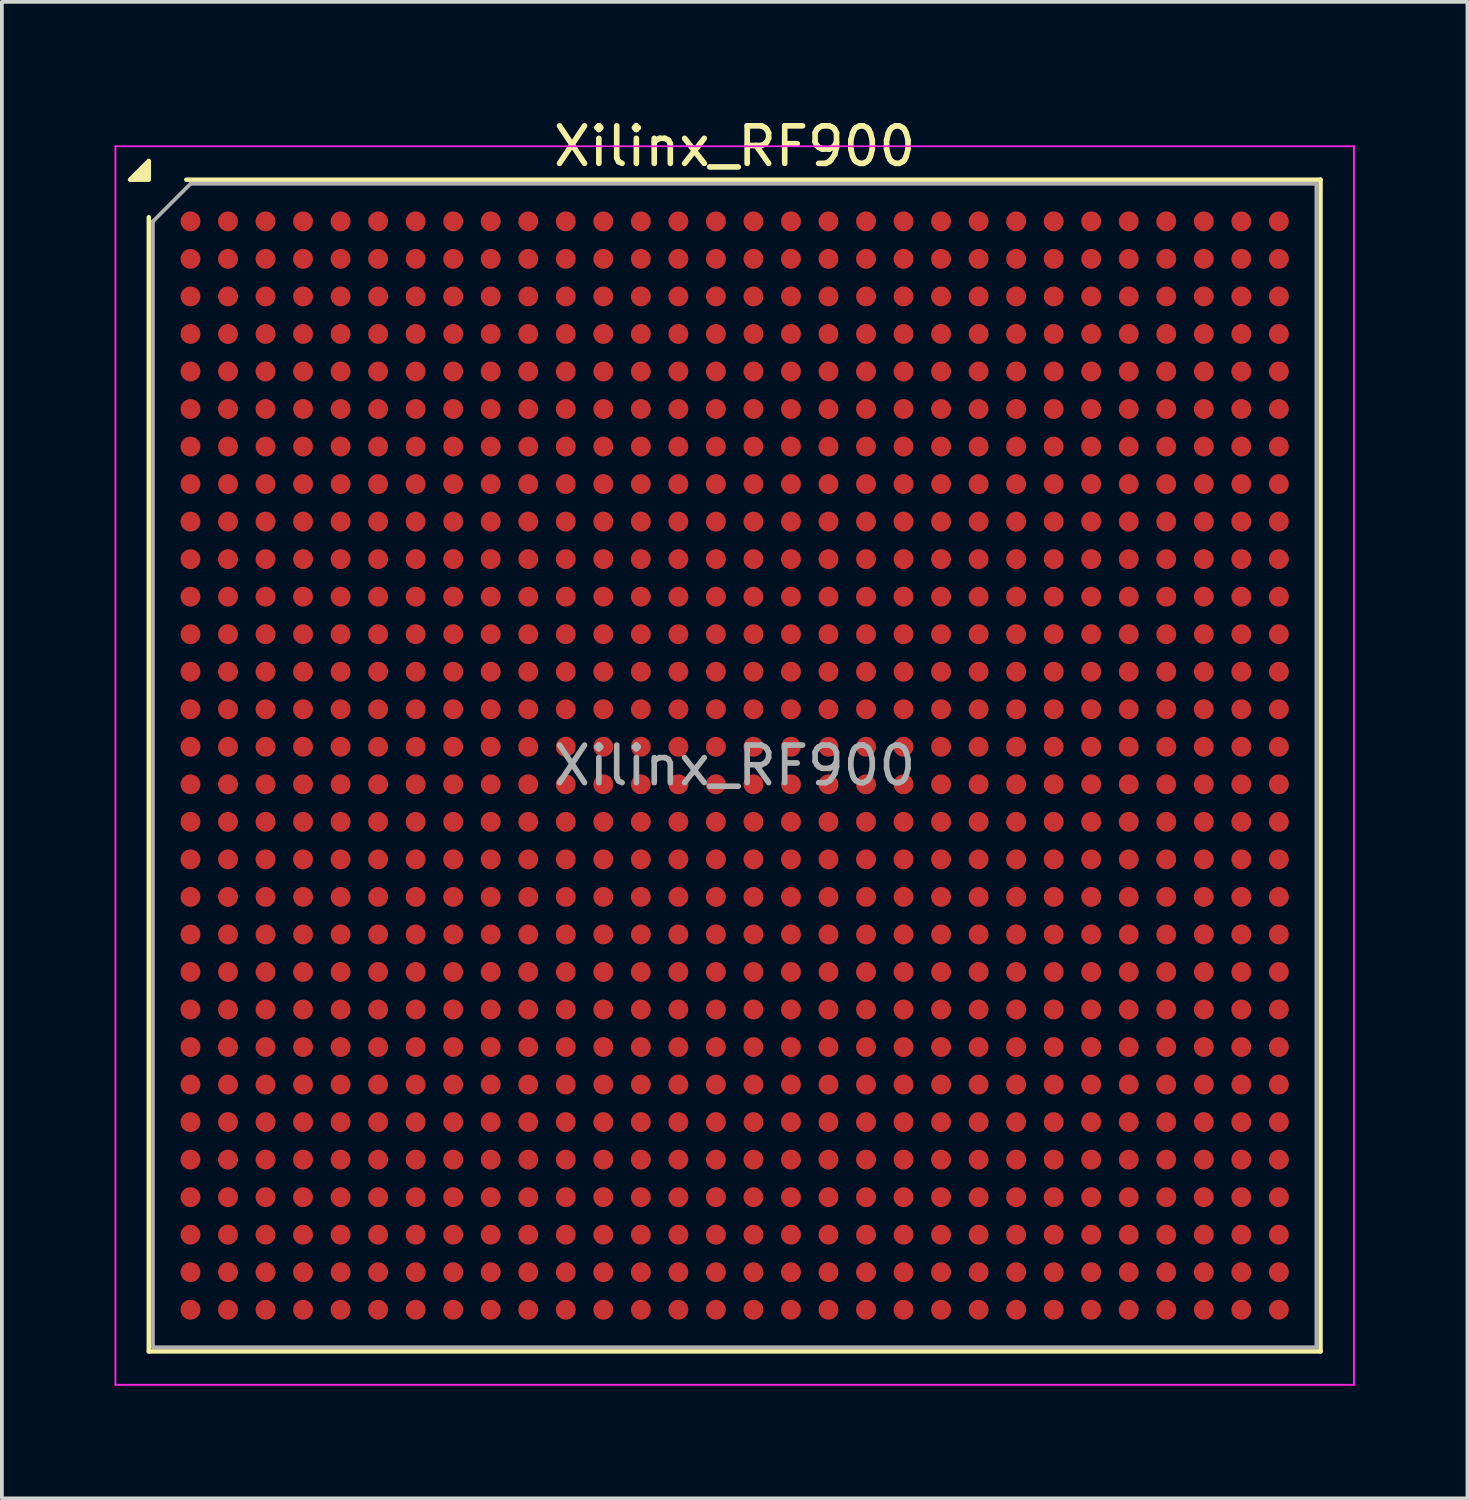
<source format=kicad_pcb>
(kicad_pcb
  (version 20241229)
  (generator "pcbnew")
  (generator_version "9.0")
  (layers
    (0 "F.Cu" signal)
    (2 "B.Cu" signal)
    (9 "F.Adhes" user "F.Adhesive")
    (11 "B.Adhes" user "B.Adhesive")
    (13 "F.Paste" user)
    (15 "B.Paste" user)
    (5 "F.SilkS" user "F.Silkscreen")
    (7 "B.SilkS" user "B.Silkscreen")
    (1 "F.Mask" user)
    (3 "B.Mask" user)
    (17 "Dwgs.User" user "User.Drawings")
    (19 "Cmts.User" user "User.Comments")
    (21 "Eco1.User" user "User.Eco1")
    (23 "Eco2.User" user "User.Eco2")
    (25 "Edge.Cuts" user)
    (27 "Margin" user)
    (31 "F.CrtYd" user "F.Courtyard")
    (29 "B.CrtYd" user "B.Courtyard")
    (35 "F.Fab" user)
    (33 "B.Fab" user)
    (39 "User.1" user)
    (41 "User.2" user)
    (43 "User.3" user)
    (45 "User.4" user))
  (footprint "Xilinx_RF900"
    (layer "F.Cu")
    (at 16.525 17.348)
    (property "Reference" "Xilinx_RF900" (at 0 -16.5 0) (layer "F.SilkS") (effects (font (size 1 1) (thickness 0.15))))
    (attr smd)
    (fp_line (start -15.61 15.61) (end -15.61 -14.61) (stroke (width 0.12) (type solid)) (layer "F.SilkS"))
    (fp_line (start -14.61 -15.61) (end 15.61 -15.61) (stroke (width 0.12) (type solid)) (layer "F.SilkS"))
    (fp_line (start 15.61 -15.61) (end 15.61 15.61) (stroke (width 0.12) (type solid)) (layer "F.SilkS"))
    (fp_line (start 15.61 15.61) (end -15.61 15.61) (stroke (width 0.12) (type solid)) (layer "F.SilkS"))
    (fp_poly (pts (xy -15.61 -15.61) (xy -16.11 -15.61) (xy -15.61 -16.11) (xy -15.61 -15.61)) (stroke (width 0.12) (type solid)) (fill yes) (layer "F.SilkS"))
    (fp_line (start -16.5 -16.5) (end -16.5 16.5) (stroke (width 0.05) (type solid)) (layer "F.CrtYd"))
    (fp_line (start -16.5 16.5) (end 16.5 16.5) (stroke (width 0.05) (type solid)) (layer "F.CrtYd"))
    (fp_line (start 16.5 -16.5) (end -16.5 -16.5) (stroke (width 0.05) (type solid)) (layer "F.CrtYd"))
    (fp_line (start 16.5 16.5) (end 16.5 -16.5) (stroke (width 0.05) (type solid)) (layer "F.CrtYd"))
    (fp_line (start -15.5 -14.5) (end -14.5 -15.5) (stroke (width 0.1) (type solid)) (layer "F.Fab"))
    (fp_line (start -15.5 15.5) (end -15.5 -14.5) (stroke (width 0.1) (type solid)) (layer "F.Fab"))
    (fp_line (start -14.5 -15.5) (end 15.5 -15.5) (stroke (width 0.1) (type solid)) (layer "F.Fab"))
    (fp_line (start 15.5 -15.5) (end 15.5 15.5) (stroke (width 0.1) (type solid)) (layer "F.Fab"))
    (fp_line (start 15.5 15.5) (end -15.5 15.5) (stroke (width 0.1) (type solid)) (layer "F.Fab"))
    (fp_text user "${REFERENCE}" (at 0 0 0) (layer "F.Fab") (effects (font (size 1 1) (thickness 0.15))))
    (pad "A1" smd circle (at -14.5 -14.5) (size 0.53 0.53) (property pad_prop_bga) (layers "F.Cu" "F.Mask" "F.Paste"))
    (pad "A2" smd circle (at -13.5 -14.5) (size 0.53 0.53) (property pad_prop_bga) (layers "F.Cu" "F.Mask" "F.Paste"))
    (pad "A3" smd circle (at -12.5 -14.5) (size 0.53 0.53) (property pad_prop_bga) (layers "F.Cu" "F.Mask" "F.Paste"))
    (pad "A4" smd circle (at -11.5 -14.5) (size 0.53 0.53) (property pad_prop_bga) (layers "F.Cu" "F.Mask" "F.Paste"))
    (pad "A5" smd circle (at -10.5 -14.5) (size 0.53 0.53) (property pad_prop_bga) (layers "F.Cu" "F.Mask" "F.Paste"))
    (pad "A6" smd circle (at -9.5 -14.5) (size 0.53 0.53) (property pad_prop_bga) (layers "F.Cu" "F.Mask" "F.Paste"))
    (pad "A7" smd circle (at -8.5 -14.5) (size 0.53 0.53) (property pad_prop_bga) (layers "F.Cu" "F.Mask" "F.Paste"))
    (pad "A8" smd circle (at -7.5 -14.5) (size 0.53 0.53) (property pad_prop_bga) (layers "F.Cu" "F.Mask" "F.Paste"))
    (pad "A9" smd circle (at -6.5 -14.5) (size 0.53 0.53) (property pad_prop_bga) (layers "F.Cu" "F.Mask" "F.Paste"))
    (pad "A10" smd circle (at -5.5 -14.5) (size 0.53 0.53) (property pad_prop_bga) (layers "F.Cu" "F.Mask" "F.Paste"))
    (pad "A11" smd circle (at -4.5 -14.5) (size 0.53 0.53) (property pad_prop_bga) (layers "F.Cu" "F.Mask" "F.Paste"))
    (pad "A12" smd circle (at -3.5 -14.5) (size 0.53 0.53) (property pad_prop_bga) (layers "F.Cu" "F.Mask" "F.Paste"))
    (pad "A13" smd circle (at -2.5 -14.5) (size 0.53 0.53) (property pad_prop_bga) (layers "F.Cu" "F.Mask" "F.Paste"))
    (pad "A14" smd circle (at -1.5 -14.5) (size 0.53 0.53) (property pad_prop_bga) (layers "F.Cu" "F.Mask" "F.Paste"))
    (pad "A15" smd circle (at -0.5 -14.5) (size 0.53 0.53) (property pad_prop_bga) (layers "F.Cu" "F.Mask" "F.Paste"))
    (pad "A16" smd circle (at 0.5 -14.5) (size 0.53 0.53) (property pad_prop_bga) (layers "F.Cu" "F.Mask" "F.Paste"))
    (pad "A17" smd circle (at 1.5 -14.5) (size 0.53 0.53) (property pad_prop_bga) (layers "F.Cu" "F.Mask" "F.Paste"))
    (pad "A18" smd circle (at 2.5 -14.5) (size 0.53 0.53) (property pad_prop_bga) (layers "F.Cu" "F.Mask" "F.Paste"))
    (pad "A19" smd circle (at 3.5 -14.5) (size 0.53 0.53) (property pad_prop_bga) (layers "F.Cu" "F.Mask" "F.Paste"))
    (pad "A20" smd circle (at 4.5 -14.5) (size 0.53 0.53) (property pad_prop_bga) (layers "F.Cu" "F.Mask" "F.Paste"))
    (pad "A21" smd circle (at 5.5 -14.5) (size 0.53 0.53) (property pad_prop_bga) (layers "F.Cu" "F.Mask" "F.Paste"))
    (pad "A22" smd circle (at 6.5 -14.5) (size 0.53 0.53) (property pad_prop_bga) (layers "F.Cu" "F.Mask" "F.Paste"))
    (pad "A23" smd circle (at 7.5 -14.5) (size 0.53 0.53) (property pad_prop_bga) (layers "F.Cu" "F.Mask" "F.Paste"))
    (pad "A24" smd circle (at 8.5 -14.5) (size 0.53 0.53) (property pad_prop_bga) (layers "F.Cu" "F.Mask" "F.Paste"))
    (pad "A25" smd circle (at 9.5 -14.5) (size 0.53 0.53) (property pad_prop_bga) (layers "F.Cu" "F.Mask" "F.Paste"))
    (pad "A26" smd circle (at 10.5 -14.5) (size 0.53 0.53) (property pad_prop_bga) (layers "F.Cu" "F.Mask" "F.Paste"))
    (pad "A27" smd circle (at 11.5 -14.5) (size 0.53 0.53) (property pad_prop_bga) (layers "F.Cu" "F.Mask" "F.Paste"))
    (pad "A28" smd circle (at 12.5 -14.5) (size 0.53 0.53) (property pad_prop_bga) (layers "F.Cu" "F.Mask" "F.Paste"))
    (pad "A29" smd circle (at 13.5 -14.5) (size 0.53 0.53) (property pad_prop_bga) (layers "F.Cu" "F.Mask" "F.Paste"))
    (pad "A30" smd circle (at 14.5 -14.5) (size 0.53 0.53) (property pad_prop_bga) (layers "F.Cu" "F.Mask" "F.Paste"))
    (pad "AA1" smd circle (at -14.5 5.5) (size 0.53 0.53) (property pad_prop_bga) (layers "F.Cu" "F.Mask" "F.Paste"))
    (pad "AA2" smd circle (at -13.5 5.5) (size 0.53 0.53) (property pad_prop_bga) (layers "F.Cu" "F.Mask" "F.Paste"))
    (pad "AA3" smd circle (at -12.5 5.5) (size 0.53 0.53) (property pad_prop_bga) (layers "F.Cu" "F.Mask" "F.Paste"))
    (pad "AA4" smd circle (at -11.5 5.5) (size 0.53 0.53) (property pad_prop_bga) (layers "F.Cu" "F.Mask" "F.Paste"))
    (pad "AA5" smd circle (at -10.5 5.5) (size 0.53 0.53) (property pad_prop_bga) (layers "F.Cu" "F.Mask" "F.Paste"))
    (pad "AA6" smd circle (at -9.5 5.5) (size 0.53 0.53) (property pad_prop_bga) (layers "F.Cu" "F.Mask" "F.Paste"))
    (pad "AA7" smd circle (at -8.5 5.5) (size 0.53 0.53) (property pad_prop_bga) (layers "F.Cu" "F.Mask" "F.Paste"))
    (pad "AA8" smd circle (at -7.5 5.5) (size 0.53 0.53) (property pad_prop_bga) (layers "F.Cu" "F.Mask" "F.Paste"))
    (pad "AA9" smd circle (at -6.5 5.5) (size 0.53 0.53) (property pad_prop_bga) (layers "F.Cu" "F.Mask" "F.Paste"))
    (pad "AA10" smd circle (at -5.5 5.5) (size 0.53 0.53) (property pad_prop_bga) (layers "F.Cu" "F.Mask" "F.Paste"))
    (pad "AA11" smd circle (at -4.5 5.5) (size 0.53 0.53) (property pad_prop_bga) (layers "F.Cu" "F.Mask" "F.Paste"))
    (pad "AA12" smd circle (at -3.5 5.5) (size 0.53 0.53) (property pad_prop_bga) (layers "F.Cu" "F.Mask" "F.Paste"))
    (pad "AA13" smd circle (at -2.5 5.5) (size 0.53 0.53) (property pad_prop_bga) (layers "F.Cu" "F.Mask" "F.Paste"))
    (pad "AA14" smd circle (at -1.5 5.5) (size 0.53 0.53) (property pad_prop_bga) (layers "F.Cu" "F.Mask" "F.Paste"))
    (pad "AA15" smd circle (at -0.5 5.5) (size 0.53 0.53) (property pad_prop_bga) (layers "F.Cu" "F.Mask" "F.Paste"))
    (pad "AA16" smd circle (at 0.5 5.5) (size 0.53 0.53) (property pad_prop_bga) (layers "F.Cu" "F.Mask" "F.Paste"))
    (pad "AA17" smd circle (at 1.5 5.5) (size 0.53 0.53) (property pad_prop_bga) (layers "F.Cu" "F.Mask" "F.Paste"))
    (pad "AA18" smd circle (at 2.5 5.5) (size 0.53 0.53) (property pad_prop_bga) (layers "F.Cu" "F.Mask" "F.Paste"))
    (pad "AA19" smd circle (at 3.5 5.5) (size 0.53 0.53) (property pad_prop_bga) (layers "F.Cu" "F.Mask" "F.Paste"))
    (pad "AA20" smd circle (at 4.5 5.5) (size 0.53 0.53) (property pad_prop_bga) (layers "F.Cu" "F.Mask" "F.Paste"))
    (pad "AA21" smd circle (at 5.5 5.5) (size 0.53 0.53) (property pad_prop_bga) (layers "F.Cu" "F.Mask" "F.Paste"))
    (pad "AA22" smd circle (at 6.5 5.5) (size 0.53 0.53) (property pad_prop_bga) (layers "F.Cu" "F.Mask" "F.Paste"))
    (pad "AA23" smd circle (at 7.5 5.5) (size 0.53 0.53) (property pad_prop_bga) (layers "F.Cu" "F.Mask" "F.Paste"))
    (pad "AA24" smd circle (at 8.5 5.5) (size 0.53 0.53) (property pad_prop_bga) (layers "F.Cu" "F.Mask" "F.Paste"))
    (pad "AA25" smd circle (at 9.5 5.5) (size 0.53 0.53) (property pad_prop_bga) (layers "F.Cu" "F.Mask" "F.Paste"))
    (pad "AA26" smd circle (at 10.5 5.5) (size 0.53 0.53) (property pad_prop_bga) (layers "F.Cu" "F.Mask" "F.Paste"))
    (pad "AA27" smd circle (at 11.5 5.5) (size 0.53 0.53) (property pad_prop_bga) (layers "F.Cu" "F.Mask" "F.Paste"))
    (pad "AA28" smd circle (at 12.5 5.5) (size 0.53 0.53) (property pad_prop_bga) (layers "F.Cu" "F.Mask" "F.Paste"))
    (pad "AA29" smd circle (at 13.5 5.5) (size 0.53 0.53) (property pad_prop_bga) (layers "F.Cu" "F.Mask" "F.Paste"))
    (pad "AA30" smd circle (at 14.5 5.5) (size 0.53 0.53) (property pad_prop_bga) (layers "F.Cu" "F.Mask" "F.Paste"))
    (pad "AB1" smd circle (at -14.5 6.5) (size 0.53 0.53) (property pad_prop_bga) (layers "F.Cu" "F.Mask" "F.Paste"))
    (pad "AB2" smd circle (at -13.5 6.5) (size 0.53 0.53) (property pad_prop_bga) (layers "F.Cu" "F.Mask" "F.Paste"))
    (pad "AB3" smd circle (at -12.5 6.5) (size 0.53 0.53) (property pad_prop_bga) (layers "F.Cu" "F.Mask" "F.Paste"))
    (pad "AB4" smd circle (at -11.5 6.5) (size 0.53 0.53) (property pad_prop_bga) (layers "F.Cu" "F.Mask" "F.Paste"))
    (pad "AB5" smd circle (at -10.5 6.5) (size 0.53 0.53) (property pad_prop_bga) (layers "F.Cu" "F.Mask" "F.Paste"))
    (pad "AB6" smd circle (at -9.5 6.5) (size 0.53 0.53) (property pad_prop_bga) (layers "F.Cu" "F.Mask" "F.Paste"))
    (pad "AB7" smd circle (at -8.5 6.5) (size 0.53 0.53) (property pad_prop_bga) (layers "F.Cu" "F.Mask" "F.Paste"))
    (pad "AB8" smd circle (at -7.5 6.5) (size 0.53 0.53) (property pad_prop_bga) (layers "F.Cu" "F.Mask" "F.Paste"))
    (pad "AB9" smd circle (at -6.5 6.5) (size 0.53 0.53) (property pad_prop_bga) (layers "F.Cu" "F.Mask" "F.Paste"))
    (pad "AB10" smd circle (at -5.5 6.5) (size 0.53 0.53) (property pad_prop_bga) (layers "F.Cu" "F.Mask" "F.Paste"))
    (pad "AB11" smd circle (at -4.5 6.5) (size 0.53 0.53) (property pad_prop_bga) (layers "F.Cu" "F.Mask" "F.Paste"))
    (pad "AB12" smd circle (at -3.5 6.5) (size 0.53 0.53) (property pad_prop_bga) (layers "F.Cu" "F.Mask" "F.Paste"))
    (pad "AB13" smd circle (at -2.5 6.5) (size 0.53 0.53) (property pad_prop_bga) (layers "F.Cu" "F.Mask" "F.Paste"))
    (pad "AB14" smd circle (at -1.5 6.5) (size 0.53 0.53) (property pad_prop_bga) (layers "F.Cu" "F.Mask" "F.Paste"))
    (pad "AB15" smd circle (at -0.5 6.5) (size 0.53 0.53) (property pad_prop_bga) (layers "F.Cu" "F.Mask" "F.Paste"))
    (pad "AB16" smd circle (at 0.5 6.5) (size 0.53 0.53) (property pad_prop_bga) (layers "F.Cu" "F.Mask" "F.Paste"))
    (pad "AB17" smd circle (at 1.5 6.5) (size 0.53 0.53) (property pad_prop_bga) (layers "F.Cu" "F.Mask" "F.Paste"))
    (pad "AB18" smd circle (at 2.5 6.5) (size 0.53 0.53) (property pad_prop_bga) (layers "F.Cu" "F.Mask" "F.Paste"))
    (pad "AB19" smd circle (at 3.5 6.5) (size 0.53 0.53) (property pad_prop_bga) (layers "F.Cu" "F.Mask" "F.Paste"))
    (pad "AB20" smd circle (at 4.5 6.5) (size 0.53 0.53) (property pad_prop_bga) (layers "F.Cu" "F.Mask" "F.Paste"))
    (pad "AB21" smd circle (at 5.5 6.5) (size 0.53 0.53) (property pad_prop_bga) (layers "F.Cu" "F.Mask" "F.Paste"))
    (pad "AB22" smd circle (at 6.5 6.5) (size 0.53 0.53) (property pad_prop_bga) (layers "F.Cu" "F.Mask" "F.Paste"))
    (pad "AB23" smd circle (at 7.5 6.5) (size 0.53 0.53) (property pad_prop_bga) (layers "F.Cu" "F.Mask" "F.Paste"))
    (pad "AB24" smd circle (at 8.5 6.5) (size 0.53 0.53) (property pad_prop_bga) (layers "F.Cu" "F.Mask" "F.Paste"))
    (pad "AB25" smd circle (at 9.5 6.5) (size 0.53 0.53) (property pad_prop_bga) (layers "F.Cu" "F.Mask" "F.Paste"))
    (pad "AB26" smd circle (at 10.5 6.5) (size 0.53 0.53) (property pad_prop_bga) (layers "F.Cu" "F.Mask" "F.Paste"))
    (pad "AB27" smd circle (at 11.5 6.5) (size 0.53 0.53) (property pad_prop_bga) (layers "F.Cu" "F.Mask" "F.Paste"))
    (pad "AB28" smd circle (at 12.5 6.5) (size 0.53 0.53) (property pad_prop_bga) (layers "F.Cu" "F.Mask" "F.Paste"))
    (pad "AB29" smd circle (at 13.5 6.5) (size 0.53 0.53) (property pad_prop_bga) (layers "F.Cu" "F.Mask" "F.Paste"))
    (pad "AB30" smd circle (at 14.5 6.5) (size 0.53 0.53) (property pad_prop_bga) (layers "F.Cu" "F.Mask" "F.Paste"))
    (pad "AC1" smd circle (at -14.5 7.5) (size 0.53 0.53) (property pad_prop_bga) (layers "F.Cu" "F.Mask" "F.Paste"))
    (pad "AC2" smd circle (at -13.5 7.5) (size 0.53 0.53) (property pad_prop_bga) (layers "F.Cu" "F.Mask" "F.Paste"))
    (pad "AC3" smd circle (at -12.5 7.5) (size 0.53 0.53) (property pad_prop_bga) (layers "F.Cu" "F.Mask" "F.Paste"))
    (pad "AC4" smd circle (at -11.5 7.5) (size 0.53 0.53) (property pad_prop_bga) (layers "F.Cu" "F.Mask" "F.Paste"))
    (pad "AC5" smd circle (at -10.5 7.5) (size 0.53 0.53) (property pad_prop_bga) (layers "F.Cu" "F.Mask" "F.Paste"))
    (pad "AC6" smd circle (at -9.5 7.5) (size 0.53 0.53) (property pad_prop_bga) (layers "F.Cu" "F.Mask" "F.Paste"))
    (pad "AC7" smd circle (at -8.5 7.5) (size 0.53 0.53) (property pad_prop_bga) (layers "F.Cu" "F.Mask" "F.Paste"))
    (pad "AC8" smd circle (at -7.5 7.5) (size 0.53 0.53) (property pad_prop_bga) (layers "F.Cu" "F.Mask" "F.Paste"))
    (pad "AC9" smd circle (at -6.5 7.5) (size 0.53 0.53) (property pad_prop_bga) (layers "F.Cu" "F.Mask" "F.Paste"))
    (pad "AC10" smd circle (at -5.5 7.5) (size 0.53 0.53) (property pad_prop_bga) (layers "F.Cu" "F.Mask" "F.Paste"))
    (pad "AC11" smd circle (at -4.5 7.5) (size 0.53 0.53) (property pad_prop_bga) (layers "F.Cu" "F.Mask" "F.Paste"))
    (pad "AC12" smd circle (at -3.5 7.5) (size 0.53 0.53) (property pad_prop_bga) (layers "F.Cu" "F.Mask" "F.Paste"))
    (pad "AC13" smd circle (at -2.5 7.5) (size 0.53 0.53) (property pad_prop_bga) (layers "F.Cu" "F.Mask" "F.Paste"))
    (pad "AC14" smd circle (at -1.5 7.5) (size 0.53 0.53) (property pad_prop_bga) (layers "F.Cu" "F.Mask" "F.Paste"))
    (pad "AC15" smd circle (at -0.5 7.5) (size 0.53 0.53) (property pad_prop_bga) (layers "F.Cu" "F.Mask" "F.Paste"))
    (pad "AC16" smd circle (at 0.5 7.5) (size 0.53 0.53) (property pad_prop_bga) (layers "F.Cu" "F.Mask" "F.Paste"))
    (pad "AC17" smd circle (at 1.5 7.5) (size 0.53 0.53) (property pad_prop_bga) (layers "F.Cu" "F.Mask" "F.Paste"))
    (pad "AC18" smd circle (at 2.5 7.5) (size 0.53 0.53) (property pad_prop_bga) (layers "F.Cu" "F.Mask" "F.Paste"))
    (pad "AC19" smd circle (at 3.5 7.5) (size 0.53 0.53) (property pad_prop_bga) (layers "F.Cu" "F.Mask" "F.Paste"))
    (pad "AC20" smd circle (at 4.5 7.5) (size 0.53 0.53) (property pad_prop_bga) (layers "F.Cu" "F.Mask" "F.Paste"))
    (pad "AC21" smd circle (at 5.5 7.5) (size 0.53 0.53) (property pad_prop_bga) (layers "F.Cu" "F.Mask" "F.Paste"))
    (pad "AC22" smd circle (at 6.5 7.5) (size 0.53 0.53) (property pad_prop_bga) (layers "F.Cu" "F.Mask" "F.Paste"))
    (pad "AC23" smd circle (at 7.5 7.5) (size 0.53 0.53) (property pad_prop_bga) (layers "F.Cu" "F.Mask" "F.Paste"))
    (pad "AC24" smd circle (at 8.5 7.5) (size 0.53 0.53) (property pad_prop_bga) (layers "F.Cu" "F.Mask" "F.Paste"))
    (pad "AC25" smd circle (at 9.5 7.5) (size 0.53 0.53) (property pad_prop_bga) (layers "F.Cu" "F.Mask" "F.Paste"))
    (pad "AC26" smd circle (at 10.5 7.5) (size 0.53 0.53) (property pad_prop_bga) (layers "F.Cu" "F.Mask" "F.Paste"))
    (pad "AC27" smd circle (at 11.5 7.5) (size 0.53 0.53) (property pad_prop_bga) (layers "F.Cu" "F.Mask" "F.Paste"))
    (pad "AC28" smd circle (at 12.5 7.5) (size 0.53 0.53) (property pad_prop_bga) (layers "F.Cu" "F.Mask" "F.Paste"))
    (pad "AC29" smd circle (at 13.5 7.5) (size 0.53 0.53) (property pad_prop_bga) (layers "F.Cu" "F.Mask" "F.Paste"))
    (pad "AC30" smd circle (at 14.5 7.5) (size 0.53 0.53) (property pad_prop_bga) (layers "F.Cu" "F.Mask" "F.Paste"))
    (pad "AD1" smd circle (at -14.5 8.5) (size 0.53 0.53) (property pad_prop_bga) (layers "F.Cu" "F.Mask" "F.Paste"))
    (pad "AD2" smd circle (at -13.5 8.5) (size 0.53 0.53) (property pad_prop_bga) (layers "F.Cu" "F.Mask" "F.Paste"))
    (pad "AD3" smd circle (at -12.5 8.5) (size 0.53 0.53) (property pad_prop_bga) (layers "F.Cu" "F.Mask" "F.Paste"))
    (pad "AD4" smd circle (at -11.5 8.5) (size 0.53 0.53) (property pad_prop_bga) (layers "F.Cu" "F.Mask" "F.Paste"))
    (pad "AD5" smd circle (at -10.5 8.5) (size 0.53 0.53) (property pad_prop_bga) (layers "F.Cu" "F.Mask" "F.Paste"))
    (pad "AD6" smd circle (at -9.5 8.5) (size 0.53 0.53) (property pad_prop_bga) (layers "F.Cu" "F.Mask" "F.Paste"))
    (pad "AD7" smd circle (at -8.5 8.5) (size 0.53 0.53) (property pad_prop_bga) (layers "F.Cu" "F.Mask" "F.Paste"))
    (pad "AD8" smd circle (at -7.5 8.5) (size 0.53 0.53) (property pad_prop_bga) (layers "F.Cu" "F.Mask" "F.Paste"))
    (pad "AD9" smd circle (at -6.5 8.5) (size 0.53 0.53) (property pad_prop_bga) (layers "F.Cu" "F.Mask" "F.Paste"))
    (pad "AD10" smd circle (at -5.5 8.5) (size 0.53 0.53) (property pad_prop_bga) (layers "F.Cu" "F.Mask" "F.Paste"))
    (pad "AD11" smd circle (at -4.5 8.5) (size 0.53 0.53) (property pad_prop_bga) (layers "F.Cu" "F.Mask" "F.Paste"))
    (pad "AD12" smd circle (at -3.5 8.5) (size 0.53 0.53) (property pad_prop_bga) (layers "F.Cu" "F.Mask" "F.Paste"))
    (pad "AD13" smd circle (at -2.5 8.5) (size 0.53 0.53) (property pad_prop_bga) (layers "F.Cu" "F.Mask" "F.Paste"))
    (pad "AD14" smd circle (at -1.5 8.5) (size 0.53 0.53) (property pad_prop_bga) (layers "F.Cu" "F.Mask" "F.Paste"))
    (pad "AD15" smd circle (at -0.5 8.5) (size 0.53 0.53) (property pad_prop_bga) (layers "F.Cu" "F.Mask" "F.Paste"))
    (pad "AD16" smd circle (at 0.5 8.5) (size 0.53 0.53) (property pad_prop_bga) (layers "F.Cu" "F.Mask" "F.Paste"))
    (pad "AD17" smd circle (at 1.5 8.5) (size 0.53 0.53) (property pad_prop_bga) (layers "F.Cu" "F.Mask" "F.Paste"))
    (pad "AD18" smd circle (at 2.5 8.5) (size 0.53 0.53) (property pad_prop_bga) (layers "F.Cu" "F.Mask" "F.Paste"))
    (pad "AD19" smd circle (at 3.5 8.5) (size 0.53 0.53) (property pad_prop_bga) (layers "F.Cu" "F.Mask" "F.Paste"))
    (pad "AD20" smd circle (at 4.5 8.5) (size 0.53 0.53) (property pad_prop_bga) (layers "F.Cu" "F.Mask" "F.Paste"))
    (pad "AD21" smd circle (at 5.5 8.5) (size 0.53 0.53) (property pad_prop_bga) (layers "F.Cu" "F.Mask" "F.Paste"))
    (pad "AD22" smd circle (at 6.5 8.5) (size 0.53 0.53) (property pad_prop_bga) (layers "F.Cu" "F.Mask" "F.Paste"))
    (pad "AD23" smd circle (at 7.5 8.5) (size 0.53 0.53) (property pad_prop_bga) (layers "F.Cu" "F.Mask" "F.Paste"))
    (pad "AD24" smd circle (at 8.5 8.5) (size 0.53 0.53) (property pad_prop_bga) (layers "F.Cu" "F.Mask" "F.Paste"))
    (pad "AD25" smd circle (at 9.5 8.5) (size 0.53 0.53) (property pad_prop_bga) (layers "F.Cu" "F.Mask" "F.Paste"))
    (pad "AD26" smd circle (at 10.5 8.5) (size 0.53 0.53) (property pad_prop_bga) (layers "F.Cu" "F.Mask" "F.Paste"))
    (pad "AD27" smd circle (at 11.5 8.5) (size 0.53 0.53) (property pad_prop_bga) (layers "F.Cu" "F.Mask" "F.Paste"))
    (pad "AD28" smd circle (at 12.5 8.5) (size 0.53 0.53) (property pad_prop_bga) (layers "F.Cu" "F.Mask" "F.Paste"))
    (pad "AD29" smd circle (at 13.5 8.5) (size 0.53 0.53) (property pad_prop_bga) (layers "F.Cu" "F.Mask" "F.Paste"))
    (pad "AD30" smd circle (at 14.5 8.5) (size 0.53 0.53) (property pad_prop_bga) (layers "F.Cu" "F.Mask" "F.Paste"))
    (pad "AE1" smd circle (at -14.5 9.5) (size 0.53 0.53) (property pad_prop_bga) (layers "F.Cu" "F.Mask" "F.Paste"))
    (pad "AE2" smd circle (at -13.5 9.5) (size 0.53 0.53) (property pad_prop_bga) (layers "F.Cu" "F.Mask" "F.Paste"))
    (pad "AE3" smd circle (at -12.5 9.5) (size 0.53 0.53) (property pad_prop_bga) (layers "F.Cu" "F.Mask" "F.Paste"))
    (pad "AE4" smd circle (at -11.5 9.5) (size 0.53 0.53) (property pad_prop_bga) (layers "F.Cu" "F.Mask" "F.Paste"))
    (pad "AE5" smd circle (at -10.5 9.5) (size 0.53 0.53) (property pad_prop_bga) (layers "F.Cu" "F.Mask" "F.Paste"))
    (pad "AE6" smd circle (at -9.5 9.5) (size 0.53 0.53) (property pad_prop_bga) (layers "F.Cu" "F.Mask" "F.Paste"))
    (pad "AE7" smd circle (at -8.5 9.5) (size 0.53 0.53) (property pad_prop_bga) (layers "F.Cu" "F.Mask" "F.Paste"))
    (pad "AE8" smd circle (at -7.5 9.5) (size 0.53 0.53) (property pad_prop_bga) (layers "F.Cu" "F.Mask" "F.Paste"))
    (pad "AE9" smd circle (at -6.5 9.5) (size 0.53 0.53) (property pad_prop_bga) (layers "F.Cu" "F.Mask" "F.Paste"))
    (pad "AE10" smd circle (at -5.5 9.5) (size 0.53 0.53) (property pad_prop_bga) (layers "F.Cu" "F.Mask" "F.Paste"))
    (pad "AE11" smd circle (at -4.5 9.5) (size 0.53 0.53) (property pad_prop_bga) (layers "F.Cu" "F.Mask" "F.Paste"))
    (pad "AE12" smd circle (at -3.5 9.5) (size 0.53 0.53) (property pad_prop_bga) (layers "F.Cu" "F.Mask" "F.Paste"))
    (pad "AE13" smd circle (at -2.5 9.5) (size 0.53 0.53) (property pad_prop_bga) (layers "F.Cu" "F.Mask" "F.Paste"))
    (pad "AE14" smd circle (at -1.5 9.5) (size 0.53 0.53) (property pad_prop_bga) (layers "F.Cu" "F.Mask" "F.Paste"))
    (pad "AE15" smd circle (at -0.5 9.5) (size 0.53 0.53) (property pad_prop_bga) (layers "F.Cu" "F.Mask" "F.Paste"))
    (pad "AE16" smd circle (at 0.5 9.5) (size 0.53 0.53) (property pad_prop_bga) (layers "F.Cu" "F.Mask" "F.Paste"))
    (pad "AE17" smd circle (at 1.5 9.5) (size 0.53 0.53) (property pad_prop_bga) (layers "F.Cu" "F.Mask" "F.Paste"))
    (pad "AE18" smd circle (at 2.5 9.5) (size 0.53 0.53) (property pad_prop_bga) (layers "F.Cu" "F.Mask" "F.Paste"))
    (pad "AE19" smd circle (at 3.5 9.5) (size 0.53 0.53) (property pad_prop_bga) (layers "F.Cu" "F.Mask" "F.Paste"))
    (pad "AE20" smd circle (at 4.5 9.5) (size 0.53 0.53) (property pad_prop_bga) (layers "F.Cu" "F.Mask" "F.Paste"))
    (pad "AE21" smd circle (at 5.5 9.5) (size 0.53 0.53) (property pad_prop_bga) (layers "F.Cu" "F.Mask" "F.Paste"))
    (pad "AE22" smd circle (at 6.5 9.5) (size 0.53 0.53) (property pad_prop_bga) (layers "F.Cu" "F.Mask" "F.Paste"))
    (pad "AE23" smd circle (at 7.5 9.5) (size 0.53 0.53) (property pad_prop_bga) (layers "F.Cu" "F.Mask" "F.Paste"))
    (pad "AE24" smd circle (at 8.5 9.5) (size 0.53 0.53) (property pad_prop_bga) (layers "F.Cu" "F.Mask" "F.Paste"))
    (pad "AE25" smd circle (at 9.5 9.5) (size 0.53 0.53) (property pad_prop_bga) (layers "F.Cu" "F.Mask" "F.Paste"))
    (pad "AE26" smd circle (at 10.5 9.5) (size 0.53 0.53) (property pad_prop_bga) (layers "F.Cu" "F.Mask" "F.Paste"))
    (pad "AE27" smd circle (at 11.5 9.5) (size 0.53 0.53) (property pad_prop_bga) (layers "F.Cu" "F.Mask" "F.Paste"))
    (pad "AE28" smd circle (at 12.5 9.5) (size 0.53 0.53) (property pad_prop_bga) (layers "F.Cu" "F.Mask" "F.Paste"))
    (pad "AE29" smd circle (at 13.5 9.5) (size 0.53 0.53) (property pad_prop_bga) (layers "F.Cu" "F.Mask" "F.Paste"))
    (pad "AE30" smd circle (at 14.5 9.5) (size 0.53 0.53) (property pad_prop_bga) (layers "F.Cu" "F.Mask" "F.Paste"))
    (pad "AF1" smd circle (at -14.5 10.5) (size 0.53 0.53) (property pad_prop_bga) (layers "F.Cu" "F.Mask" "F.Paste"))
    (pad "AF2" smd circle (at -13.5 10.5) (size 0.53 0.53) (property pad_prop_bga) (layers "F.Cu" "F.Mask" "F.Paste"))
    (pad "AF3" smd circle (at -12.5 10.5) (size 0.53 0.53) (property pad_prop_bga) (layers "F.Cu" "F.Mask" "F.Paste"))
    (pad "AF4" smd circle (at -11.5 10.5) (size 0.53 0.53) (property pad_prop_bga) (layers "F.Cu" "F.Mask" "F.Paste"))
    (pad "AF5" smd circle (at -10.5 10.5) (size 0.53 0.53) (property pad_prop_bga) (layers "F.Cu" "F.Mask" "F.Paste"))
    (pad "AF6" smd circle (at -9.5 10.5) (size 0.53 0.53) (property pad_prop_bga) (layers "F.Cu" "F.Mask" "F.Paste"))
    (pad "AF7" smd circle (at -8.5 10.5) (size 0.53 0.53) (property pad_prop_bga) (layers "F.Cu" "F.Mask" "F.Paste"))
    (pad "AF8" smd circle (at -7.5 10.5) (size 0.53 0.53) (property pad_prop_bga) (layers "F.Cu" "F.Mask" "F.Paste"))
    (pad "AF9" smd circle (at -6.5 10.5) (size 0.53 0.53) (property pad_prop_bga) (layers "F.Cu" "F.Mask" "F.Paste"))
    (pad "AF10" smd circle (at -5.5 10.5) (size 0.53 0.53) (property pad_prop_bga) (layers "F.Cu" "F.Mask" "F.Paste"))
    (pad "AF11" smd circle (at -4.5 10.5) (size 0.53 0.53) (property pad_prop_bga) (layers "F.Cu" "F.Mask" "F.Paste"))
    (pad "AF12" smd circle (at -3.5 10.5) (size 0.53 0.53) (property pad_prop_bga) (layers "F.Cu" "F.Mask" "F.Paste"))
    (pad "AF13" smd circle (at -2.5 10.5) (size 0.53 0.53) (property pad_prop_bga) (layers "F.Cu" "F.Mask" "F.Paste"))
    (pad "AF14" smd circle (at -1.5 10.5) (size 0.53 0.53) (property pad_prop_bga) (layers "F.Cu" "F.Mask" "F.Paste"))
    (pad "AF15" smd circle (at -0.5 10.5) (size 0.53 0.53) (property pad_prop_bga) (layers "F.Cu" "F.Mask" "F.Paste"))
    (pad "AF16" smd circle (at 0.5 10.5) (size 0.53 0.53) (property pad_prop_bga) (layers "F.Cu" "F.Mask" "F.Paste"))
    (pad "AF17" smd circle (at 1.5 10.5) (size 0.53 0.53) (property pad_prop_bga) (layers "F.Cu" "F.Mask" "F.Paste"))
    (pad "AF18" smd circle (at 2.5 10.5) (size 0.53 0.53) (property pad_prop_bga) (layers "F.Cu" "F.Mask" "F.Paste"))
    (pad "AF19" smd circle (at 3.5 10.5) (size 0.53 0.53) (property pad_prop_bga) (layers "F.Cu" "F.Mask" "F.Paste"))
    (pad "AF20" smd circle (at 4.5 10.5) (size 0.53 0.53) (property pad_prop_bga) (layers "F.Cu" "F.Mask" "F.Paste"))
    (pad "AF21" smd circle (at 5.5 10.5) (size 0.53 0.53) (property pad_prop_bga) (layers "F.Cu" "F.Mask" "F.Paste"))
    (pad "AF22" smd circle (at 6.5 10.5) (size 0.53 0.53) (property pad_prop_bga) (layers "F.Cu" "F.Mask" "F.Paste"))
    (pad "AF23" smd circle (at 7.5 10.5) (size 0.53 0.53) (property pad_prop_bga) (layers "F.Cu" "F.Mask" "F.Paste"))
    (pad "AF24" smd circle (at 8.5 10.5) (size 0.53 0.53) (property pad_prop_bga) (layers "F.Cu" "F.Mask" "F.Paste"))
    (pad "AF25" smd circle (at 9.5 10.5) (size 0.53 0.53) (property pad_prop_bga) (layers "F.Cu" "F.Mask" "F.Paste"))
    (pad "AF26" smd circle (at 10.5 10.5) (size 0.53 0.53) (property pad_prop_bga) (layers "F.Cu" "F.Mask" "F.Paste"))
    (pad "AF27" smd circle (at 11.5 10.5) (size 0.53 0.53) (property pad_prop_bga) (layers "F.Cu" "F.Mask" "F.Paste"))
    (pad "AF28" smd circle (at 12.5 10.5) (size 0.53 0.53) (property pad_prop_bga) (layers "F.Cu" "F.Mask" "F.Paste"))
    (pad "AF29" smd circle (at 13.5 10.5) (size 0.53 0.53) (property pad_prop_bga) (layers "F.Cu" "F.Mask" "F.Paste"))
    (pad "AF30" smd circle (at 14.5 10.5) (size 0.53 0.53) (property pad_prop_bga) (layers "F.Cu" "F.Mask" "F.Paste"))
    (pad "AG1" smd circle (at -14.5 11.5) (size 0.53 0.53) (property pad_prop_bga) (layers "F.Cu" "F.Mask" "F.Paste"))
    (pad "AG2" smd circle (at -13.5 11.5) (size 0.53 0.53) (property pad_prop_bga) (layers "F.Cu" "F.Mask" "F.Paste"))
    (pad "AG3" smd circle (at -12.5 11.5) (size 0.53 0.53) (property pad_prop_bga) (layers "F.Cu" "F.Mask" "F.Paste"))
    (pad "AG4" smd circle (at -11.5 11.5) (size 0.53 0.53) (property pad_prop_bga) (layers "F.Cu" "F.Mask" "F.Paste"))
    (pad "AG5" smd circle (at -10.5 11.5) (size 0.53 0.53) (property pad_prop_bga) (layers "F.Cu" "F.Mask" "F.Paste"))
    (pad "AG6" smd circle (at -9.5 11.5) (size 0.53 0.53) (property pad_prop_bga) (layers "F.Cu" "F.Mask" "F.Paste"))
    (pad "AG7" smd circle (at -8.5 11.5) (size 0.53 0.53) (property pad_prop_bga) (layers "F.Cu" "F.Mask" "F.Paste"))
    (pad "AG8" smd circle (at -7.5 11.5) (size 0.53 0.53) (property pad_prop_bga) (layers "F.Cu" "F.Mask" "F.Paste"))
    (pad "AG9" smd circle (at -6.5 11.5) (size 0.53 0.53) (property pad_prop_bga) (layers "F.Cu" "F.Mask" "F.Paste"))
    (pad "AG10" smd circle (at -5.5 11.5) (size 0.53 0.53) (property pad_prop_bga) (layers "F.Cu" "F.Mask" "F.Paste"))
    (pad "AG11" smd circle (at -4.5 11.5) (size 0.53 0.53) (property pad_prop_bga) (layers "F.Cu" "F.Mask" "F.Paste"))
    (pad "AG12" smd circle (at -3.5 11.5) (size 0.53 0.53) (property pad_prop_bga) (layers "F.Cu" "F.Mask" "F.Paste"))
    (pad "AG13" smd circle (at -2.5 11.5) (size 0.53 0.53) (property pad_prop_bga) (layers "F.Cu" "F.Mask" "F.Paste"))
    (pad "AG14" smd circle (at -1.5 11.5) (size 0.53 0.53) (property pad_prop_bga) (layers "F.Cu" "F.Mask" "F.Paste"))
    (pad "AG15" smd circle (at -0.5 11.5) (size 0.53 0.53) (property pad_prop_bga) (layers "F.Cu" "F.Mask" "F.Paste"))
    (pad "AG16" smd circle (at 0.5 11.5) (size 0.53 0.53) (property pad_prop_bga) (layers "F.Cu" "F.Mask" "F.Paste"))
    (pad "AG17" smd circle (at 1.5 11.5) (size 0.53 0.53) (property pad_prop_bga) (layers "F.Cu" "F.Mask" "F.Paste"))
    (pad "AG18" smd circle (at 2.5 11.5) (size 0.53 0.53) (property pad_prop_bga) (layers "F.Cu" "F.Mask" "F.Paste"))
    (pad "AG19" smd circle (at 3.5 11.5) (size 0.53 0.53) (property pad_prop_bga) (layers "F.Cu" "F.Mask" "F.Paste"))
    (pad "AG20" smd circle (at 4.5 11.5) (size 0.53 0.53) (property pad_prop_bga) (layers "F.Cu" "F.Mask" "F.Paste"))
    (pad "AG21" smd circle (at 5.5 11.5) (size 0.53 0.53) (property pad_prop_bga) (layers "F.Cu" "F.Mask" "F.Paste"))
    (pad "AG22" smd circle (at 6.5 11.5) (size 0.53 0.53) (property pad_prop_bga) (layers "F.Cu" "F.Mask" "F.Paste"))
    (pad "AG23" smd circle (at 7.5 11.5) (size 0.53 0.53) (property pad_prop_bga) (layers "F.Cu" "F.Mask" "F.Paste"))
    (pad "AG24" smd circle (at 8.5 11.5) (size 0.53 0.53) (property pad_prop_bga) (layers "F.Cu" "F.Mask" "F.Paste"))
    (pad "AG25" smd circle (at 9.5 11.5) (size 0.53 0.53) (property pad_prop_bga) (layers "F.Cu" "F.Mask" "F.Paste"))
    (pad "AG26" smd circle (at 10.5 11.5) (size 0.53 0.53) (property pad_prop_bga) (layers "F.Cu" "F.Mask" "F.Paste"))
    (pad "AG27" smd circle (at 11.5 11.5) (size 0.53 0.53) (property pad_prop_bga) (layers "F.Cu" "F.Mask" "F.Paste"))
    (pad "AG28" smd circle (at 12.5 11.5) (size 0.53 0.53) (property pad_prop_bga) (layers "F.Cu" "F.Mask" "F.Paste"))
    (pad "AG29" smd circle (at 13.5 11.5) (size 0.53 0.53) (property pad_prop_bga) (layers "F.Cu" "F.Mask" "F.Paste"))
    (pad "AG30" smd circle (at 14.5 11.5) (size 0.53 0.53) (property pad_prop_bga) (layers "F.Cu" "F.Mask" "F.Paste"))
    (pad "AH1" smd circle (at -14.5 12.5) (size 0.53 0.53) (property pad_prop_bga) (layers "F.Cu" "F.Mask" "F.Paste"))
    (pad "AH2" smd circle (at -13.5 12.5) (size 0.53 0.53) (property pad_prop_bga) (layers "F.Cu" "F.Mask" "F.Paste"))
    (pad "AH3" smd circle (at -12.5 12.5) (size 0.53 0.53) (property pad_prop_bga) (layers "F.Cu" "F.Mask" "F.Paste"))
    (pad "AH4" smd circle (at -11.5 12.5) (size 0.53 0.53) (property pad_prop_bga) (layers "F.Cu" "F.Mask" "F.Paste"))
    (pad "AH5" smd circle (at -10.5 12.5) (size 0.53 0.53) (property pad_prop_bga) (layers "F.Cu" "F.Mask" "F.Paste"))
    (pad "AH6" smd circle (at -9.5 12.5) (size 0.53 0.53) (property pad_prop_bga) (layers "F.Cu" "F.Mask" "F.Paste"))
    (pad "AH7" smd circle (at -8.5 12.5) (size 0.53 0.53) (property pad_prop_bga) (layers "F.Cu" "F.Mask" "F.Paste"))
    (pad "AH8" smd circle (at -7.5 12.5) (size 0.53 0.53) (property pad_prop_bga) (layers "F.Cu" "F.Mask" "F.Paste"))
    (pad "AH9" smd circle (at -6.5 12.5) (size 0.53 0.53) (property pad_prop_bga) (layers "F.Cu" "F.Mask" "F.Paste"))
    (pad "AH10" smd circle (at -5.5 12.5) (size 0.53 0.53) (property pad_prop_bga) (layers "F.Cu" "F.Mask" "F.Paste"))
    (pad "AH11" smd circle (at -4.5 12.5) (size 0.53 0.53) (property pad_prop_bga) (layers "F.Cu" "F.Mask" "F.Paste"))
    (pad "AH12" smd circle (at -3.5 12.5) (size 0.53 0.53) (property pad_prop_bga) (layers "F.Cu" "F.Mask" "F.Paste"))
    (pad "AH13" smd circle (at -2.5 12.5) (size 0.53 0.53) (property pad_prop_bga) (layers "F.Cu" "F.Mask" "F.Paste"))
    (pad "AH14" smd circle (at -1.5 12.5) (size 0.53 0.53) (property pad_prop_bga) (layers "F.Cu" "F.Mask" "F.Paste"))
    (pad "AH15" smd circle (at -0.5 12.5) (size 0.53 0.53) (property pad_prop_bga) (layers "F.Cu" "F.Mask" "F.Paste"))
    (pad "AH16" smd circle (at 0.5 12.5) (size 0.53 0.53) (property pad_prop_bga) (layers "F.Cu" "F.Mask" "F.Paste"))
    (pad "AH17" smd circle (at 1.5 12.5) (size 0.53 0.53) (property pad_prop_bga) (layers "F.Cu" "F.Mask" "F.Paste"))
    (pad "AH18" smd circle (at 2.5 12.5) (size 0.53 0.53) (property pad_prop_bga) (layers "F.Cu" "F.Mask" "F.Paste"))
    (pad "AH19" smd circle (at 3.5 12.5) (size 0.53 0.53) (property pad_prop_bga) (layers "F.Cu" "F.Mask" "F.Paste"))
    (pad "AH20" smd circle (at 4.5 12.5) (size 0.53 0.53) (property pad_prop_bga) (layers "F.Cu" "F.Mask" "F.Paste"))
    (pad "AH21" smd circle (at 5.5 12.5) (size 0.53 0.53) (property pad_prop_bga) (layers "F.Cu" "F.Mask" "F.Paste"))
    (pad "AH22" smd circle (at 6.5 12.5) (size 0.53 0.53) (property pad_prop_bga) (layers "F.Cu" "F.Mask" "F.Paste"))
    (pad "AH23" smd circle (at 7.5 12.5) (size 0.53 0.53) (property pad_prop_bga) (layers "F.Cu" "F.Mask" "F.Paste"))
    (pad "AH24" smd circle (at 8.5 12.5) (size 0.53 0.53) (property pad_prop_bga) (layers "F.Cu" "F.Mask" "F.Paste"))
    (pad "AH25" smd circle (at 9.5 12.5) (size 0.53 0.53) (property pad_prop_bga) (layers "F.Cu" "F.Mask" "F.Paste"))
    (pad "AH26" smd circle (at 10.5 12.5) (size 0.53 0.53) (property pad_prop_bga) (layers "F.Cu" "F.Mask" "F.Paste"))
    (pad "AH27" smd circle (at 11.5 12.5) (size 0.53 0.53) (property pad_prop_bga) (layers "F.Cu" "F.Mask" "F.Paste"))
    (pad "AH28" smd circle (at 12.5 12.5) (size 0.53 0.53) (property pad_prop_bga) (layers "F.Cu" "F.Mask" "F.Paste"))
    (pad "AH29" smd circle (at 13.5 12.5) (size 0.53 0.53) (property pad_prop_bga) (layers "F.Cu" "F.Mask" "F.Paste"))
    (pad "AH30" smd circle (at 14.5 12.5) (size 0.53 0.53) (property pad_prop_bga) (layers "F.Cu" "F.Mask" "F.Paste"))
    (pad "AJ1" smd circle (at -14.5 13.5) (size 0.53 0.53) (property pad_prop_bga) (layers "F.Cu" "F.Mask" "F.Paste"))
    (pad "AJ2" smd circle (at -13.5 13.5) (size 0.53 0.53) (property pad_prop_bga) (layers "F.Cu" "F.Mask" "F.Paste"))
    (pad "AJ3" smd circle (at -12.5 13.5) (size 0.53 0.53) (property pad_prop_bga) (layers "F.Cu" "F.Mask" "F.Paste"))
    (pad "AJ4" smd circle (at -11.5 13.5) (size 0.53 0.53) (property pad_prop_bga) (layers "F.Cu" "F.Mask" "F.Paste"))
    (pad "AJ5" smd circle (at -10.5 13.5) (size 0.53 0.53) (property pad_prop_bga) (layers "F.Cu" "F.Mask" "F.Paste"))
    (pad "AJ6" smd circle (at -9.5 13.5) (size 0.53 0.53) (property pad_prop_bga) (layers "F.Cu" "F.Mask" "F.Paste"))
    (pad "AJ7" smd circle (at -8.5 13.5) (size 0.53 0.53) (property pad_prop_bga) (layers "F.Cu" "F.Mask" "F.Paste"))
    (pad "AJ8" smd circle (at -7.5 13.5) (size 0.53 0.53) (property pad_prop_bga) (layers "F.Cu" "F.Mask" "F.Paste"))
    (pad "AJ9" smd circle (at -6.5 13.5) (size 0.53 0.53) (property pad_prop_bga) (layers "F.Cu" "F.Mask" "F.Paste"))
    (pad "AJ10" smd circle (at -5.5 13.5) (size 0.53 0.53) (property pad_prop_bga) (layers "F.Cu" "F.Mask" "F.Paste"))
    (pad "AJ11" smd circle (at -4.5 13.5) (size 0.53 0.53) (property pad_prop_bga) (layers "F.Cu" "F.Mask" "F.Paste"))
    (pad "AJ12" smd circle (at -3.5 13.5) (size 0.53 0.53) (property pad_prop_bga) (layers "F.Cu" "F.Mask" "F.Paste"))
    (pad "AJ13" smd circle (at -2.5 13.5) (size 0.53 0.53) (property pad_prop_bga) (layers "F.Cu" "F.Mask" "F.Paste"))
    (pad "AJ14" smd circle (at -1.5 13.5) (size 0.53 0.53) (property pad_prop_bga) (layers "F.Cu" "F.Mask" "F.Paste"))
    (pad "AJ15" smd circle (at -0.5 13.5) (size 0.53 0.53) (property pad_prop_bga) (layers "F.Cu" "F.Mask" "F.Paste"))
    (pad "AJ16" smd circle (at 0.5 13.5) (size 0.53 0.53) (property pad_prop_bga) (layers "F.Cu" "F.Mask" "F.Paste"))
    (pad "AJ17" smd circle (at 1.5 13.5) (size 0.53 0.53) (property pad_prop_bga) (layers "F.Cu" "F.Mask" "F.Paste"))
    (pad "AJ18" smd circle (at 2.5 13.5) (size 0.53 0.53) (property pad_prop_bga) (layers "F.Cu" "F.Mask" "F.Paste"))
    (pad "AJ19" smd circle (at 3.5 13.5) (size 0.53 0.53) (property pad_prop_bga) (layers "F.Cu" "F.Mask" "F.Paste"))
    (pad "AJ20" smd circle (at 4.5 13.5) (size 0.53 0.53) (property pad_prop_bga) (layers "F.Cu" "F.Mask" "F.Paste"))
    (pad "AJ21" smd circle (at 5.5 13.5) (size 0.53 0.53) (property pad_prop_bga) (layers "F.Cu" "F.Mask" "F.Paste"))
    (pad "AJ22" smd circle (at 6.5 13.5) (size 0.53 0.53) (property pad_prop_bga) (layers "F.Cu" "F.Mask" "F.Paste"))
    (pad "AJ23" smd circle (at 7.5 13.5) (size 0.53 0.53) (property pad_prop_bga) (layers "F.Cu" "F.Mask" "F.Paste"))
    (pad "AJ24" smd circle (at 8.5 13.5) (size 0.53 0.53) (property pad_prop_bga) (layers "F.Cu" "F.Mask" "F.Paste"))
    (pad "AJ25" smd circle (at 9.5 13.5) (size 0.53 0.53) (property pad_prop_bga) (layers "F.Cu" "F.Mask" "F.Paste"))
    (pad "AJ26" smd circle (at 10.5 13.5) (size 0.53 0.53) (property pad_prop_bga) (layers "F.Cu" "F.Mask" "F.Paste"))
    (pad "AJ27" smd circle (at 11.5 13.5) (size 0.53 0.53) (property pad_prop_bga) (layers "F.Cu" "F.Mask" "F.Paste"))
    (pad "AJ28" smd circle (at 12.5 13.5) (size 0.53 0.53) (property pad_prop_bga) (layers "F.Cu" "F.Mask" "F.Paste"))
    (pad "AJ29" smd circle (at 13.5 13.5) (size 0.53 0.53) (property pad_prop_bga) (layers "F.Cu" "F.Mask" "F.Paste"))
    (pad "AJ30" smd circle (at 14.5 13.5) (size 0.53 0.53) (property pad_prop_bga) (layers "F.Cu" "F.Mask" "F.Paste"))
    (pad "AK1" smd circle (at -14.5 14.5) (size 0.53 0.53) (property pad_prop_bga) (layers "F.Cu" "F.Mask" "F.Paste"))
    (pad "AK2" smd circle (at -13.5 14.5) (size 0.53 0.53) (property pad_prop_bga) (layers "F.Cu" "F.Mask" "F.Paste"))
    (pad "AK3" smd circle (at -12.5 14.5) (size 0.53 0.53) (property pad_prop_bga) (layers "F.Cu" "F.Mask" "F.Paste"))
    (pad "AK4" smd circle (at -11.5 14.5) (size 0.53 0.53) (property pad_prop_bga) (layers "F.Cu" "F.Mask" "F.Paste"))
    (pad "AK5" smd circle (at -10.5 14.5) (size 0.53 0.53) (property pad_prop_bga) (layers "F.Cu" "F.Mask" "F.Paste"))
    (pad "AK6" smd circle (at -9.5 14.5) (size 0.53 0.53) (property pad_prop_bga) (layers "F.Cu" "F.Mask" "F.Paste"))
    (pad "AK7" smd circle (at -8.5 14.5) (size 0.53 0.53) (property pad_prop_bga) (layers "F.Cu" "F.Mask" "F.Paste"))
    (pad "AK8" smd circle (at -7.5 14.5) (size 0.53 0.53) (property pad_prop_bga) (layers "F.Cu" "F.Mask" "F.Paste"))
    (pad "AK9" smd circle (at -6.5 14.5) (size 0.53 0.53) (property pad_prop_bga) (layers "F.Cu" "F.Mask" "F.Paste"))
    (pad "AK10" smd circle (at -5.5 14.5) (size 0.53 0.53) (property pad_prop_bga) (layers "F.Cu" "F.Mask" "F.Paste"))
    (pad "AK11" smd circle (at -4.5 14.5) (size 0.53 0.53) (property pad_prop_bga) (layers "F.Cu" "F.Mask" "F.Paste"))
    (pad "AK12" smd circle (at -3.5 14.5) (size 0.53 0.53) (property pad_prop_bga) (layers "F.Cu" "F.Mask" "F.Paste"))
    (pad "AK13" smd circle (at -2.5 14.5) (size 0.53 0.53) (property pad_prop_bga) (layers "F.Cu" "F.Mask" "F.Paste"))
    (pad "AK14" smd circle (at -1.5 14.5) (size 0.53 0.53) (property pad_prop_bga) (layers "F.Cu" "F.Mask" "F.Paste"))
    (pad "AK15" smd circle (at -0.5 14.5) (size 0.53 0.53) (property pad_prop_bga) (layers "F.Cu" "F.Mask" "F.Paste"))
    (pad "AK16" smd circle (at 0.5 14.5) (size 0.53 0.53) (property pad_prop_bga) (layers "F.Cu" "F.Mask" "F.Paste"))
    (pad "AK17" smd circle (at 1.5 14.5) (size 0.53 0.53) (property pad_prop_bga) (layers "F.Cu" "F.Mask" "F.Paste"))
    (pad "AK18" smd circle (at 2.5 14.5) (size 0.53 0.53) (property pad_prop_bga) (layers "F.Cu" "F.Mask" "F.Paste"))
    (pad "AK19" smd circle (at 3.5 14.5) (size 0.53 0.53) (property pad_prop_bga) (layers "F.Cu" "F.Mask" "F.Paste"))
    (pad "AK20" smd circle (at 4.5 14.5) (size 0.53 0.53) (property pad_prop_bga) (layers "F.Cu" "F.Mask" "F.Paste"))
    (pad "AK21" smd circle (at 5.5 14.5) (size 0.53 0.53) (property pad_prop_bga) (layers "F.Cu" "F.Mask" "F.Paste"))
    (pad "AK22" smd circle (at 6.5 14.5) (size 0.53 0.53) (property pad_prop_bga) (layers "F.Cu" "F.Mask" "F.Paste"))
    (pad "AK23" smd circle (at 7.5 14.5) (size 0.53 0.53) (property pad_prop_bga) (layers "F.Cu" "F.Mask" "F.Paste"))
    (pad "AK24" smd circle (at 8.5 14.5) (size 0.53 0.53) (property pad_prop_bga) (layers "F.Cu" "F.Mask" "F.Paste"))
    (pad "AK25" smd circle (at 9.5 14.5) (size 0.53 0.53) (property pad_prop_bga) (layers "F.Cu" "F.Mask" "F.Paste"))
    (pad "AK26" smd circle (at 10.5 14.5) (size 0.53 0.53) (property pad_prop_bga) (layers "F.Cu" "F.Mask" "F.Paste"))
    (pad "AK27" smd circle (at 11.5 14.5) (size 0.53 0.53) (property pad_prop_bga) (layers "F.Cu" "F.Mask" "F.Paste"))
    (pad "AK28" smd circle (at 12.5 14.5) (size 0.53 0.53) (property pad_prop_bga) (layers "F.Cu" "F.Mask" "F.Paste"))
    (pad "AK29" smd circle (at 13.5 14.5) (size 0.53 0.53) (property pad_prop_bga) (layers "F.Cu" "F.Mask" "F.Paste"))
    (pad "AK30" smd circle (at 14.5 14.5) (size 0.53 0.53) (property pad_prop_bga) (layers "F.Cu" "F.Mask" "F.Paste"))
    (pad "B1" smd circle (at -14.5 -13.5) (size 0.53 0.53) (property pad_prop_bga) (layers "F.Cu" "F.Mask" "F.Paste"))
    (pad "B2" smd circle (at -13.5 -13.5) (size 0.53 0.53) (property pad_prop_bga) (layers "F.Cu" "F.Mask" "F.Paste"))
    (pad "B3" smd circle (at -12.5 -13.5) (size 0.53 0.53) (property pad_prop_bga) (layers "F.Cu" "F.Mask" "F.Paste"))
    (pad "B4" smd circle (at -11.5 -13.5) (size 0.53 0.53) (property pad_prop_bga) (layers "F.Cu" "F.Mask" "F.Paste"))
    (pad "B5" smd circle (at -10.5 -13.5) (size 0.53 0.53) (property pad_prop_bga) (layers "F.Cu" "F.Mask" "F.Paste"))
    (pad "B6" smd circle (at -9.5 -13.5) (size 0.53 0.53) (property pad_prop_bga) (layers "F.Cu" "F.Mask" "F.Paste"))
    (pad "B7" smd circle (at -8.5 -13.5) (size 0.53 0.53) (property pad_prop_bga) (layers "F.Cu" "F.Mask" "F.Paste"))
    (pad "B8" smd circle (at -7.5 -13.5) (size 0.53 0.53) (property pad_prop_bga) (layers "F.Cu" "F.Mask" "F.Paste"))
    (pad "B9" smd circle (at -6.5 -13.5) (size 0.53 0.53) (property pad_prop_bga) (layers "F.Cu" "F.Mask" "F.Paste"))
    (pad "B10" smd circle (at -5.5 -13.5) (size 0.53 0.53) (property pad_prop_bga) (layers "F.Cu" "F.Mask" "F.Paste"))
    (pad "B11" smd circle (at -4.5 -13.5) (size 0.53 0.53) (property pad_prop_bga) (layers "F.Cu" "F.Mask" "F.Paste"))
    (pad "B12" smd circle (at -3.5 -13.5) (size 0.53 0.53) (property pad_prop_bga) (layers "F.Cu" "F.Mask" "F.Paste"))
    (pad "B13" smd circle (at -2.5 -13.5) (size 0.53 0.53) (property pad_prop_bga) (layers "F.Cu" "F.Mask" "F.Paste"))
    (pad "B14" smd circle (at -1.5 -13.5) (size 0.53 0.53) (property pad_prop_bga) (layers "F.Cu" "F.Mask" "F.Paste"))
    (pad "B15" smd circle (at -0.5 -13.5) (size 0.53 0.53) (property pad_prop_bga) (layers "F.Cu" "F.Mask" "F.Paste"))
    (pad "B16" smd circle (at 0.5 -13.5) (size 0.53 0.53) (property pad_prop_bga) (layers "F.Cu" "F.Mask" "F.Paste"))
    (pad "B17" smd circle (at 1.5 -13.5) (size 0.53 0.53) (property pad_prop_bga) (layers "F.Cu" "F.Mask" "F.Paste"))
    (pad "B18" smd circle (at 2.5 -13.5) (size 0.53 0.53) (property pad_prop_bga) (layers "F.Cu" "F.Mask" "F.Paste"))
    (pad "B19" smd circle (at 3.5 -13.5) (size 0.53 0.53) (property pad_prop_bga) (layers "F.Cu" "F.Mask" "F.Paste"))
    (pad "B20" smd circle (at 4.5 -13.5) (size 0.53 0.53) (property pad_prop_bga) (layers "F.Cu" "F.Mask" "F.Paste"))
    (pad "B21" smd circle (at 5.5 -13.5) (size 0.53 0.53) (property pad_prop_bga) (layers "F.Cu" "F.Mask" "F.Paste"))
    (pad "B22" smd circle (at 6.5 -13.5) (size 0.53 0.53) (property pad_prop_bga) (layers "F.Cu" "F.Mask" "F.Paste"))
    (pad "B23" smd circle (at 7.5 -13.5) (size 0.53 0.53) (property pad_prop_bga) (layers "F.Cu" "F.Mask" "F.Paste"))
    (pad "B24" smd circle (at 8.5 -13.5) (size 0.53 0.53) (property pad_prop_bga) (layers "F.Cu" "F.Mask" "F.Paste"))
    (pad "B25" smd circle (at 9.5 -13.5) (size 0.53 0.53) (property pad_prop_bga) (layers "F.Cu" "F.Mask" "F.Paste"))
    (pad "B26" smd circle (at 10.5 -13.5) (size 0.53 0.53) (property pad_prop_bga) (layers "F.Cu" "F.Mask" "F.Paste"))
    (pad "B27" smd circle (at 11.5 -13.5) (size 0.53 0.53) (property pad_prop_bga) (layers "F.Cu" "F.Mask" "F.Paste"))
    (pad "B28" smd circle (at 12.5 -13.5) (size 0.53 0.53) (property pad_prop_bga) (layers "F.Cu" "F.Mask" "F.Paste"))
    (pad "B29" smd circle (at 13.5 -13.5) (size 0.53 0.53) (property pad_prop_bga) (layers "F.Cu" "F.Mask" "F.Paste"))
    (pad "B30" smd circle (at 14.5 -13.5) (size 0.53 0.53) (property pad_prop_bga) (layers "F.Cu" "F.Mask" "F.Paste"))
    (pad "C1" smd circle (at -14.5 -12.5) (size 0.53 0.53) (property pad_prop_bga) (layers "F.Cu" "F.Mask" "F.Paste"))
    (pad "C2" smd circle (at -13.5 -12.5) (size 0.53 0.53) (property pad_prop_bga) (layers "F.Cu" "F.Mask" "F.Paste"))
    (pad "C3" smd circle (at -12.5 -12.5) (size 0.53 0.53) (property pad_prop_bga) (layers "F.Cu" "F.Mask" "F.Paste"))
    (pad "C4" smd circle (at -11.5 -12.5) (size 0.53 0.53) (property pad_prop_bga) (layers "F.Cu" "F.Mask" "F.Paste"))
    (pad "C5" smd circle (at -10.5 -12.5) (size 0.53 0.53) (property pad_prop_bga) (layers "F.Cu" "F.Mask" "F.Paste"))
    (pad "C6" smd circle (at -9.5 -12.5) (size 0.53 0.53) (property pad_prop_bga) (layers "F.Cu" "F.Mask" "F.Paste"))
    (pad "C7" smd circle (at -8.5 -12.5) (size 0.53 0.53) (property pad_prop_bga) (layers "F.Cu" "F.Mask" "F.Paste"))
    (pad "C8" smd circle (at -7.5 -12.5) (size 0.53 0.53) (property pad_prop_bga) (layers "F.Cu" "F.Mask" "F.Paste"))
    (pad "C9" smd circle (at -6.5 -12.5) (size 0.53 0.53) (property pad_prop_bga) (layers "F.Cu" "F.Mask" "F.Paste"))
    (pad "C10" smd circle (at -5.5 -12.5) (size 0.53 0.53) (property pad_prop_bga) (layers "F.Cu" "F.Mask" "F.Paste"))
    (pad "C11" smd circle (at -4.5 -12.5) (size 0.53 0.53) (property pad_prop_bga) (layers "F.Cu" "F.Mask" "F.Paste"))
    (pad "C12" smd circle (at -3.5 -12.5) (size 0.53 0.53) (property pad_prop_bga) (layers "F.Cu" "F.Mask" "F.Paste"))
    (pad "C13" smd circle (at -2.5 -12.5) (size 0.53 0.53) (property pad_prop_bga) (layers "F.Cu" "F.Mask" "F.Paste"))
    (pad "C14" smd circle (at -1.5 -12.5) (size 0.53 0.53) (property pad_prop_bga) (layers "F.Cu" "F.Mask" "F.Paste"))
    (pad "C15" smd circle (at -0.5 -12.5) (size 0.53 0.53) (property pad_prop_bga) (layers "F.Cu" "F.Mask" "F.Paste"))
    (pad "C16" smd circle (at 0.5 -12.5) (size 0.53 0.53) (property pad_prop_bga) (layers "F.Cu" "F.Mask" "F.Paste"))
    (pad "C17" smd circle (at 1.5 -12.5) (size 0.53 0.53) (property pad_prop_bga) (layers "F.Cu" "F.Mask" "F.Paste"))
    (pad "C18" smd circle (at 2.5 -12.5) (size 0.53 0.53) (property pad_prop_bga) (layers "F.Cu" "F.Mask" "F.Paste"))
    (pad "C19" smd circle (at 3.5 -12.5) (size 0.53 0.53) (property pad_prop_bga) (layers "F.Cu" "F.Mask" "F.Paste"))
    (pad "C20" smd circle (at 4.5 -12.5) (size 0.53 0.53) (property pad_prop_bga) (layers "F.Cu" "F.Mask" "F.Paste"))
    (pad "C21" smd circle (at 5.5 -12.5) (size 0.53 0.53) (property pad_prop_bga) (layers "F.Cu" "F.Mask" "F.Paste"))
    (pad "C22" smd circle (at 6.5 -12.5) (size 0.53 0.53) (property pad_prop_bga) (layers "F.Cu" "F.Mask" "F.Paste"))
    (pad "C23" smd circle (at 7.5 -12.5) (size 0.53 0.53) (property pad_prop_bga) (layers "F.Cu" "F.Mask" "F.Paste"))
    (pad "C24" smd circle (at 8.5 -12.5) (size 0.53 0.53) (property pad_prop_bga) (layers "F.Cu" "F.Mask" "F.Paste"))
    (pad "C25" smd circle (at 9.5 -12.5) (size 0.53 0.53) (property pad_prop_bga) (layers "F.Cu" "F.Mask" "F.Paste"))
    (pad "C26" smd circle (at 10.5 -12.5) (size 0.53 0.53) (property pad_prop_bga) (layers "F.Cu" "F.Mask" "F.Paste"))
    (pad "C27" smd circle (at 11.5 -12.5) (size 0.53 0.53) (property pad_prop_bga) (layers "F.Cu" "F.Mask" "F.Paste"))
    (pad "C28" smd circle (at 12.5 -12.5) (size 0.53 0.53) (property pad_prop_bga) (layers "F.Cu" "F.Mask" "F.Paste"))
    (pad "C29" smd circle (at 13.5 -12.5) (size 0.53 0.53) (property pad_prop_bga) (layers "F.Cu" "F.Mask" "F.Paste"))
    (pad "C30" smd circle (at 14.5 -12.5) (size 0.53 0.53) (property pad_prop_bga) (layers "F.Cu" "F.Mask" "F.Paste"))
    (pad "D1" smd circle (at -14.5 -11.5) (size 0.53 0.53) (property pad_prop_bga) (layers "F.Cu" "F.Mask" "F.Paste"))
    (pad "D2" smd circle (at -13.5 -11.5) (size 0.53 0.53) (property pad_prop_bga) (layers "F.Cu" "F.Mask" "F.Paste"))
    (pad "D3" smd circle (at -12.5 -11.5) (size 0.53 0.53) (property pad_prop_bga) (layers "F.Cu" "F.Mask" "F.Paste"))
    (pad "D4" smd circle (at -11.5 -11.5) (size 0.53 0.53) (property pad_prop_bga) (layers "F.Cu" "F.Mask" "F.Paste"))
    (pad "D5" smd circle (at -10.5 -11.5) (size 0.53 0.53) (property pad_prop_bga) (layers "F.Cu" "F.Mask" "F.Paste"))
    (pad "D6" smd circle (at -9.5 -11.5) (size 0.53 0.53) (property pad_prop_bga) (layers "F.Cu" "F.Mask" "F.Paste"))
    (pad "D7" smd circle (at -8.5 -11.5) (size 0.53 0.53) (property pad_prop_bga) (layers "F.Cu" "F.Mask" "F.Paste"))
    (pad "D8" smd circle (at -7.5 -11.5) (size 0.53 0.53) (property pad_prop_bga) (layers "F.Cu" "F.Mask" "F.Paste"))
    (pad "D9" smd circle (at -6.5 -11.5) (size 0.53 0.53) (property pad_prop_bga) (layers "F.Cu" "F.Mask" "F.Paste"))
    (pad "D10" smd circle (at -5.5 -11.5) (size 0.53 0.53) (property pad_prop_bga) (layers "F.Cu" "F.Mask" "F.Paste"))
    (pad "D11" smd circle (at -4.5 -11.5) (size 0.53 0.53) (property pad_prop_bga) (layers "F.Cu" "F.Mask" "F.Paste"))
    (pad "D12" smd circle (at -3.5 -11.5) (size 0.53 0.53) (property pad_prop_bga) (layers "F.Cu" "F.Mask" "F.Paste"))
    (pad "D13" smd circle (at -2.5 -11.5) (size 0.53 0.53) (property pad_prop_bga) (layers "F.Cu" "F.Mask" "F.Paste"))
    (pad "D14" smd circle (at -1.5 -11.5) (size 0.53 0.53) (property pad_prop_bga) (layers "F.Cu" "F.Mask" "F.Paste"))
    (pad "D15" smd circle (at -0.5 -11.5) (size 0.53 0.53) (property pad_prop_bga) (layers "F.Cu" "F.Mask" "F.Paste"))
    (pad "D16" smd circle (at 0.5 -11.5) (size 0.53 0.53) (property pad_prop_bga) (layers "F.Cu" "F.Mask" "F.Paste"))
    (pad "D17" smd circle (at 1.5 -11.5) (size 0.53 0.53) (property pad_prop_bga) (layers "F.Cu" "F.Mask" "F.Paste"))
    (pad "D18" smd circle (at 2.5 -11.5) (size 0.53 0.53) (property pad_prop_bga) (layers "F.Cu" "F.Mask" "F.Paste"))
    (pad "D19" smd circle (at 3.5 -11.5) (size 0.53 0.53) (property pad_prop_bga) (layers "F.Cu" "F.Mask" "F.Paste"))
    (pad "D20" smd circle (at 4.5 -11.5) (size 0.53 0.53) (property pad_prop_bga) (layers "F.Cu" "F.Mask" "F.Paste"))
    (pad "D21" smd circle (at 5.5 -11.5) (size 0.53 0.53) (property pad_prop_bga) (layers "F.Cu" "F.Mask" "F.Paste"))
    (pad "D22" smd circle (at 6.5 -11.5) (size 0.53 0.53) (property pad_prop_bga) (layers "F.Cu" "F.Mask" "F.Paste"))
    (pad "D23" smd circle (at 7.5 -11.5) (size 0.53 0.53) (property pad_prop_bga) (layers "F.Cu" "F.Mask" "F.Paste"))
    (pad "D24" smd circle (at 8.5 -11.5) (size 0.53 0.53) (property pad_prop_bga) (layers "F.Cu" "F.Mask" "F.Paste"))
    (pad "D25" smd circle (at 9.5 -11.5) (size 0.53 0.53) (property pad_prop_bga) (layers "F.Cu" "F.Mask" "F.Paste"))
    (pad "D26" smd circle (at 10.5 -11.5) (size 0.53 0.53) (property pad_prop_bga) (layers "F.Cu" "F.Mask" "F.Paste"))
    (pad "D27" smd circle (at 11.5 -11.5) (size 0.53 0.53) (property pad_prop_bga) (layers "F.Cu" "F.Mask" "F.Paste"))
    (pad "D28" smd circle (at 12.5 -11.5) (size 0.53 0.53) (property pad_prop_bga) (layers "F.Cu" "F.Mask" "F.Paste"))
    (pad "D29" smd circle (at 13.5 -11.5) (size 0.53 0.53) (property pad_prop_bga) (layers "F.Cu" "F.Mask" "F.Paste"))
    (pad "D30" smd circle (at 14.5 -11.5) (size 0.53 0.53) (property pad_prop_bga) (layers "F.Cu" "F.Mask" "F.Paste"))
    (pad "E1" smd circle (at -14.5 -10.5) (size 0.53 0.53) (property pad_prop_bga) (layers "F.Cu" "F.Mask" "F.Paste"))
    (pad "E2" smd circle (at -13.5 -10.5) (size 0.53 0.53) (property pad_prop_bga) (layers "F.Cu" "F.Mask" "F.Paste"))
    (pad "E3" smd circle (at -12.5 -10.5) (size 0.53 0.53) (property pad_prop_bga) (layers "F.Cu" "F.Mask" "F.Paste"))
    (pad "E4" smd circle (at -11.5 -10.5) (size 0.53 0.53) (property pad_prop_bga) (layers "F.Cu" "F.Mask" "F.Paste"))
    (pad "E5" smd circle (at -10.5 -10.5) (size 0.53 0.53) (property pad_prop_bga) (layers "F.Cu" "F.Mask" "F.Paste"))
    (pad "E6" smd circle (at -9.5 -10.5) (size 0.53 0.53) (property pad_prop_bga) (layers "F.Cu" "F.Mask" "F.Paste"))
    (pad "E7" smd circle (at -8.5 -10.5) (size 0.53 0.53) (property pad_prop_bga) (layers "F.Cu" "F.Mask" "F.Paste"))
    (pad "E8" smd circle (at -7.5 -10.5) (size 0.53 0.53) (property pad_prop_bga) (layers "F.Cu" "F.Mask" "F.Paste"))
    (pad "E9" smd circle (at -6.5 -10.5) (size 0.53 0.53) (property pad_prop_bga) (layers "F.Cu" "F.Mask" "F.Paste"))
    (pad "E10" smd circle (at -5.5 -10.5) (size 0.53 0.53) (property pad_prop_bga) (layers "F.Cu" "F.Mask" "F.Paste"))
    (pad "E11" smd circle (at -4.5 -10.5) (size 0.53 0.53) (property pad_prop_bga) (layers "F.Cu" "F.Mask" "F.Paste"))
    (pad "E12" smd circle (at -3.5 -10.5) (size 0.53 0.53) (property pad_prop_bga) (layers "F.Cu" "F.Mask" "F.Paste"))
    (pad "E13" smd circle (at -2.5 -10.5) (size 0.53 0.53) (property pad_prop_bga) (layers "F.Cu" "F.Mask" "F.Paste"))
    (pad "E14" smd circle (at -1.5 -10.5) (size 0.53 0.53) (property pad_prop_bga) (layers "F.Cu" "F.Mask" "F.Paste"))
    (pad "E15" smd circle (at -0.5 -10.5) (size 0.53 0.53) (property pad_prop_bga) (layers "F.Cu" "F.Mask" "F.Paste"))
    (pad "E16" smd circle (at 0.5 -10.5) (size 0.53 0.53) (property pad_prop_bga) (layers "F.Cu" "F.Mask" "F.Paste"))
    (pad "E17" smd circle (at 1.5 -10.5) (size 0.53 0.53) (property pad_prop_bga) (layers "F.Cu" "F.Mask" "F.Paste"))
    (pad "E18" smd circle (at 2.5 -10.5) (size 0.53 0.53) (property pad_prop_bga) (layers "F.Cu" "F.Mask" "F.Paste"))
    (pad "E19" smd circle (at 3.5 -10.5) (size 0.53 0.53) (property pad_prop_bga) (layers "F.Cu" "F.Mask" "F.Paste"))
    (pad "E20" smd circle (at 4.5 -10.5) (size 0.53 0.53) (property pad_prop_bga) (layers "F.Cu" "F.Mask" "F.Paste"))
    (pad "E21" smd circle (at 5.5 -10.5) (size 0.53 0.53) (property pad_prop_bga) (layers "F.Cu" "F.Mask" "F.Paste"))
    (pad "E22" smd circle (at 6.5 -10.5) (size 0.53 0.53) (property pad_prop_bga) (layers "F.Cu" "F.Mask" "F.Paste"))
    (pad "E23" smd circle (at 7.5 -10.5) (size 0.53 0.53) (property pad_prop_bga) (layers "F.Cu" "F.Mask" "F.Paste"))
    (pad "E24" smd circle (at 8.5 -10.5) (size 0.53 0.53) (property pad_prop_bga) (layers "F.Cu" "F.Mask" "F.Paste"))
    (pad "E25" smd circle (at 9.5 -10.5) (size 0.53 0.53) (property pad_prop_bga) (layers "F.Cu" "F.Mask" "F.Paste"))
    (pad "E26" smd circle (at 10.5 -10.5) (size 0.53 0.53) (property pad_prop_bga) (layers "F.Cu" "F.Mask" "F.Paste"))
    (pad "E27" smd circle (at 11.5 -10.5) (size 0.53 0.53) (property pad_prop_bga) (layers "F.Cu" "F.Mask" "F.Paste"))
    (pad "E28" smd circle (at 12.5 -10.5) (size 0.53 0.53) (property pad_prop_bga) (layers "F.Cu" "F.Mask" "F.Paste"))
    (pad "E29" smd circle (at 13.5 -10.5) (size 0.53 0.53) (property pad_prop_bga) (layers "F.Cu" "F.Mask" "F.Paste"))
    (pad "E30" smd circle (at 14.5 -10.5) (size 0.53 0.53) (property pad_prop_bga) (layers "F.Cu" "F.Mask" "F.Paste"))
    (pad "F1" smd circle (at -14.5 -9.5) (size 0.53 0.53) (property pad_prop_bga) (layers "F.Cu" "F.Mask" "F.Paste"))
    (pad "F2" smd circle (at -13.5 -9.5) (size 0.53 0.53) (property pad_prop_bga) (layers "F.Cu" "F.Mask" "F.Paste"))
    (pad "F3" smd circle (at -12.5 -9.5) (size 0.53 0.53) (property pad_prop_bga) (layers "F.Cu" "F.Mask" "F.Paste"))
    (pad "F4" smd circle (at -11.5 -9.5) (size 0.53 0.53) (property pad_prop_bga) (layers "F.Cu" "F.Mask" "F.Paste"))
    (pad "F5" smd circle (at -10.5 -9.5) (size 0.53 0.53) (property pad_prop_bga) (layers "F.Cu" "F.Mask" "F.Paste"))
    (pad "F6" smd circle (at -9.5 -9.5) (size 0.53 0.53) (property pad_prop_bga) (layers "F.Cu" "F.Mask" "F.Paste"))
    (pad "F7" smd circle (at -8.5 -9.5) (size 0.53 0.53) (property pad_prop_bga) (layers "F.Cu" "F.Mask" "F.Paste"))
    (pad "F8" smd circle (at -7.5 -9.5) (size 0.53 0.53) (property pad_prop_bga) (layers "F.Cu" "F.Mask" "F.Paste"))
    (pad "F9" smd circle (at -6.5 -9.5) (size 0.53 0.53) (property pad_prop_bga) (layers "F.Cu" "F.Mask" "F.Paste"))
    (pad "F10" smd circle (at -5.5 -9.5) (size 0.53 0.53) (property pad_prop_bga) (layers "F.Cu" "F.Mask" "F.Paste"))
    (pad "F11" smd circle (at -4.5 -9.5) (size 0.53 0.53) (property pad_prop_bga) (layers "F.Cu" "F.Mask" "F.Paste"))
    (pad "F12" smd circle (at -3.5 -9.5) (size 0.53 0.53) (property pad_prop_bga) (layers "F.Cu" "F.Mask" "F.Paste"))
    (pad "F13" smd circle (at -2.5 -9.5) (size 0.53 0.53) (property pad_prop_bga) (layers "F.Cu" "F.Mask" "F.Paste"))
    (pad "F14" smd circle (at -1.5 -9.5) (size 0.53 0.53) (property pad_prop_bga) (layers "F.Cu" "F.Mask" "F.Paste"))
    (pad "F15" smd circle (at -0.5 -9.5) (size 0.53 0.53) (property pad_prop_bga) (layers "F.Cu" "F.Mask" "F.Paste"))
    (pad "F16" smd circle (at 0.5 -9.5) (size 0.53 0.53) (property pad_prop_bga) (layers "F.Cu" "F.Mask" "F.Paste"))
    (pad "F17" smd circle (at 1.5 -9.5) (size 0.53 0.53) (property pad_prop_bga) (layers "F.Cu" "F.Mask" "F.Paste"))
    (pad "F18" smd circle (at 2.5 -9.5) (size 0.53 0.53) (property pad_prop_bga) (layers "F.Cu" "F.Mask" "F.Paste"))
    (pad "F19" smd circle (at 3.5 -9.5) (size 0.53 0.53) (property pad_prop_bga) (layers "F.Cu" "F.Mask" "F.Paste"))
    (pad "F20" smd circle (at 4.5 -9.5) (size 0.53 0.53) (property pad_prop_bga) (layers "F.Cu" "F.Mask" "F.Paste"))
    (pad "F21" smd circle (at 5.5 -9.5) (size 0.53 0.53) (property pad_prop_bga) (layers "F.Cu" "F.Mask" "F.Paste"))
    (pad "F22" smd circle (at 6.5 -9.5) (size 0.53 0.53) (property pad_prop_bga) (layers "F.Cu" "F.Mask" "F.Paste"))
    (pad "F23" smd circle (at 7.5 -9.5) (size 0.53 0.53) (property pad_prop_bga) (layers "F.Cu" "F.Mask" "F.Paste"))
    (pad "F24" smd circle (at 8.5 -9.5) (size 0.53 0.53) (property pad_prop_bga) (layers "F.Cu" "F.Mask" "F.Paste"))
    (pad "F25" smd circle (at 9.5 -9.5) (size 0.53 0.53) (property pad_prop_bga) (layers "F.Cu" "F.Mask" "F.Paste"))
    (pad "F26" smd circle (at 10.5 -9.5) (size 0.53 0.53) (property pad_prop_bga) (layers "F.Cu" "F.Mask" "F.Paste"))
    (pad "F27" smd circle (at 11.5 -9.5) (size 0.53 0.53) (property pad_prop_bga) (layers "F.Cu" "F.Mask" "F.Paste"))
    (pad "F28" smd circle (at 12.5 -9.5) (size 0.53 0.53) (property pad_prop_bga) (layers "F.Cu" "F.Mask" "F.Paste"))
    (pad "F29" smd circle (at 13.5 -9.5) (size 0.53 0.53) (property pad_prop_bga) (layers "F.Cu" "F.Mask" "F.Paste"))
    (pad "F30" smd circle (at 14.5 -9.5) (size 0.53 0.53) (property pad_prop_bga) (layers "F.Cu" "F.Mask" "F.Paste"))
    (pad "G1" smd circle (at -14.5 -8.5) (size 0.53 0.53) (property pad_prop_bga) (layers "F.Cu" "F.Mask" "F.Paste"))
    (pad "G2" smd circle (at -13.5 -8.5) (size 0.53 0.53) (property pad_prop_bga) (layers "F.Cu" "F.Mask" "F.Paste"))
    (pad "G3" smd circle (at -12.5 -8.5) (size 0.53 0.53) (property pad_prop_bga) (layers "F.Cu" "F.Mask" "F.Paste"))
    (pad "G4" smd circle (at -11.5 -8.5) (size 0.53 0.53) (property pad_prop_bga) (layers "F.Cu" "F.Mask" "F.Paste"))
    (pad "G5" smd circle (at -10.5 -8.5) (size 0.53 0.53) (property pad_prop_bga) (layers "F.Cu" "F.Mask" "F.Paste"))
    (pad "G6" smd circle (at -9.5 -8.5) (size 0.53 0.53) (property pad_prop_bga) (layers "F.Cu" "F.Mask" "F.Paste"))
    (pad "G7" smd circle (at -8.5 -8.5) (size 0.53 0.53) (property pad_prop_bga) (layers "F.Cu" "F.Mask" "F.Paste"))
    (pad "G8" smd circle (at -7.5 -8.5) (size 0.53 0.53) (property pad_prop_bga) (layers "F.Cu" "F.Mask" "F.Paste"))
    (pad "G9" smd circle (at -6.5 -8.5) (size 0.53 0.53) (property pad_prop_bga) (layers "F.Cu" "F.Mask" "F.Paste"))
    (pad "G10" smd circle (at -5.5 -8.5) (size 0.53 0.53) (property pad_prop_bga) (layers "F.Cu" "F.Mask" "F.Paste"))
    (pad "G11" smd circle (at -4.5 -8.5) (size 0.53 0.53) (property pad_prop_bga) (layers "F.Cu" "F.Mask" "F.Paste"))
    (pad "G12" smd circle (at -3.5 -8.5) (size 0.53 0.53) (property pad_prop_bga) (layers "F.Cu" "F.Mask" "F.Paste"))
    (pad "G13" smd circle (at -2.5 -8.5) (size 0.53 0.53) (property pad_prop_bga) (layers "F.Cu" "F.Mask" "F.Paste"))
    (pad "G14" smd circle (at -1.5 -8.5) (size 0.53 0.53) (property pad_prop_bga) (layers "F.Cu" "F.Mask" "F.Paste"))
    (pad "G15" smd circle (at -0.5 -8.5) (size 0.53 0.53) (property pad_prop_bga) (layers "F.Cu" "F.Mask" "F.Paste"))
    (pad "G16" smd circle (at 0.5 -8.5) (size 0.53 0.53) (property pad_prop_bga) (layers "F.Cu" "F.Mask" "F.Paste"))
    (pad "G17" smd circle (at 1.5 -8.5) (size 0.53 0.53) (property pad_prop_bga) (layers "F.Cu" "F.Mask" "F.Paste"))
    (pad "G18" smd circle (at 2.5 -8.5) (size 0.53 0.53) (property pad_prop_bga) (layers "F.Cu" "F.Mask" "F.Paste"))
    (pad "G19" smd circle (at 3.5 -8.5) (size 0.53 0.53) (property pad_prop_bga) (layers "F.Cu" "F.Mask" "F.Paste"))
    (pad "G20" smd circle (at 4.5 -8.5) (size 0.53 0.53) (property pad_prop_bga) (layers "F.Cu" "F.Mask" "F.Paste"))
    (pad "G21" smd circle (at 5.5 -8.5) (size 0.53 0.53) (property pad_prop_bga) (layers "F.Cu" "F.Mask" "F.Paste"))
    (pad "G22" smd circle (at 6.5 -8.5) (size 0.53 0.53) (property pad_prop_bga) (layers "F.Cu" "F.Mask" "F.Paste"))
    (pad "G23" smd circle (at 7.5 -8.5) (size 0.53 0.53) (property pad_prop_bga) (layers "F.Cu" "F.Mask" "F.Paste"))
    (pad "G24" smd circle (at 8.5 -8.5) (size 0.53 0.53) (property pad_prop_bga) (layers "F.Cu" "F.Mask" "F.Paste"))
    (pad "G25" smd circle (at 9.5 -8.5) (size 0.53 0.53) (property pad_prop_bga) (layers "F.Cu" "F.Mask" "F.Paste"))
    (pad "G26" smd circle (at 10.5 -8.5) (size 0.53 0.53) (property pad_prop_bga) (layers "F.Cu" "F.Mask" "F.Paste"))
    (pad "G27" smd circle (at 11.5 -8.5) (size 0.53 0.53) (property pad_prop_bga) (layers "F.Cu" "F.Mask" "F.Paste"))
    (pad "G28" smd circle (at 12.5 -8.5) (size 0.53 0.53) (property pad_prop_bga) (layers "F.Cu" "F.Mask" "F.Paste"))
    (pad "G29" smd circle (at 13.5 -8.5) (size 0.53 0.53) (property pad_prop_bga) (layers "F.Cu" "F.Mask" "F.Paste"))
    (pad "G30" smd circle (at 14.5 -8.5) (size 0.53 0.53) (property pad_prop_bga) (layers "F.Cu" "F.Mask" "F.Paste"))
    (pad "H1" smd circle (at -14.5 -7.5) (size 0.53 0.53) (property pad_prop_bga) (layers "F.Cu" "F.Mask" "F.Paste"))
    (pad "H2" smd circle (at -13.5 -7.5) (size 0.53 0.53) (property pad_prop_bga) (layers "F.Cu" "F.Mask" "F.Paste"))
    (pad "H3" smd circle (at -12.5 -7.5) (size 0.53 0.53) (property pad_prop_bga) (layers "F.Cu" "F.Mask" "F.Paste"))
    (pad "H4" smd circle (at -11.5 -7.5) (size 0.53 0.53) (property pad_prop_bga) (layers "F.Cu" "F.Mask" "F.Paste"))
    (pad "H5" smd circle (at -10.5 -7.5) (size 0.53 0.53) (property pad_prop_bga) (layers "F.Cu" "F.Mask" "F.Paste"))
    (pad "H6" smd circle (at -9.5 -7.5) (size 0.53 0.53) (property pad_prop_bga) (layers "F.Cu" "F.Mask" "F.Paste"))
    (pad "H7" smd circle (at -8.5 -7.5) (size 0.53 0.53) (property pad_prop_bga) (layers "F.Cu" "F.Mask" "F.Paste"))
    (pad "H8" smd circle (at -7.5 -7.5) (size 0.53 0.53) (property pad_prop_bga) (layers "F.Cu" "F.Mask" "F.Paste"))
    (pad "H9" smd circle (at -6.5 -7.5) (size 0.53 0.53) (property pad_prop_bga) (layers "F.Cu" "F.Mask" "F.Paste"))
    (pad "H10" smd circle (at -5.5 -7.5) (size 0.53 0.53) (property pad_prop_bga) (layers "F.Cu" "F.Mask" "F.Paste"))
    (pad "H11" smd circle (at -4.5 -7.5) (size 0.53 0.53) (property pad_prop_bga) (layers "F.Cu" "F.Mask" "F.Paste"))
    (pad "H12" smd circle (at -3.5 -7.5) (size 0.53 0.53) (property pad_prop_bga) (layers "F.Cu" "F.Mask" "F.Paste"))
    (pad "H13" smd circle (at -2.5 -7.5) (size 0.53 0.53) (property pad_prop_bga) (layers "F.Cu" "F.Mask" "F.Paste"))
    (pad "H14" smd circle (at -1.5 -7.5) (size 0.53 0.53) (property pad_prop_bga) (layers "F.Cu" "F.Mask" "F.Paste"))
    (pad "H15" smd circle (at -0.5 -7.5) (size 0.53 0.53) (property pad_prop_bga) (layers "F.Cu" "F.Mask" "F.Paste"))
    (pad "H16" smd circle (at 0.5 -7.5) (size 0.53 0.53) (property pad_prop_bga) (layers "F.Cu" "F.Mask" "F.Paste"))
    (pad "H17" smd circle (at 1.5 -7.5) (size 0.53 0.53) (property pad_prop_bga) (layers "F.Cu" "F.Mask" "F.Paste"))
    (pad "H18" smd circle (at 2.5 -7.5) (size 0.53 0.53) (property pad_prop_bga) (layers "F.Cu" "F.Mask" "F.Paste"))
    (pad "H19" smd circle (at 3.5 -7.5) (size 0.53 0.53) (property pad_prop_bga) (layers "F.Cu" "F.Mask" "F.Paste"))
    (pad "H20" smd circle (at 4.5 -7.5) (size 0.53 0.53) (property pad_prop_bga) (layers "F.Cu" "F.Mask" "F.Paste"))
    (pad "H21" smd circle (at 5.5 -7.5) (size 0.53 0.53) (property pad_prop_bga) (layers "F.Cu" "F.Mask" "F.Paste"))
    (pad "H22" smd circle (at 6.5 -7.5) (size 0.53 0.53) (property pad_prop_bga) (layers "F.Cu" "F.Mask" "F.Paste"))
    (pad "H23" smd circle (at 7.5 -7.5) (size 0.53 0.53) (property pad_prop_bga) (layers "F.Cu" "F.Mask" "F.Paste"))
    (pad "H24" smd circle (at 8.5 -7.5) (size 0.53 0.53) (property pad_prop_bga) (layers "F.Cu" "F.Mask" "F.Paste"))
    (pad "H25" smd circle (at 9.5 -7.5) (size 0.53 0.53) (property pad_prop_bga) (layers "F.Cu" "F.Mask" "F.Paste"))
    (pad "H26" smd circle (at 10.5 -7.5) (size 0.53 0.53) (property pad_prop_bga) (layers "F.Cu" "F.Mask" "F.Paste"))
    (pad "H27" smd circle (at 11.5 -7.5) (size 0.53 0.53) (property pad_prop_bga) (layers "F.Cu" "F.Mask" "F.Paste"))
    (pad "H28" smd circle (at 12.5 -7.5) (size 0.53 0.53) (property pad_prop_bga) (layers "F.Cu" "F.Mask" "F.Paste"))
    (pad "H29" smd circle (at 13.5 -7.5) (size 0.53 0.53) (property pad_prop_bga) (layers "F.Cu" "F.Mask" "F.Paste"))
    (pad "H30" smd circle (at 14.5 -7.5) (size 0.53 0.53) (property pad_prop_bga) (layers "F.Cu" "F.Mask" "F.Paste"))
    (pad "J1" smd circle (at -14.5 -6.5) (size 0.53 0.53) (property pad_prop_bga) (layers "F.Cu" "F.Mask" "F.Paste"))
    (pad "J2" smd circle (at -13.5 -6.5) (size 0.53 0.53) (property pad_prop_bga) (layers "F.Cu" "F.Mask" "F.Paste"))
    (pad "J3" smd circle (at -12.5 -6.5) (size 0.53 0.53) (property pad_prop_bga) (layers "F.Cu" "F.Mask" "F.Paste"))
    (pad "J4" smd circle (at -11.5 -6.5) (size 0.53 0.53) (property pad_prop_bga) (layers "F.Cu" "F.Mask" "F.Paste"))
    (pad "J5" smd circle (at -10.5 -6.5) (size 0.53 0.53) (property pad_prop_bga) (layers "F.Cu" "F.Mask" "F.Paste"))
    (pad "J6" smd circle (at -9.5 -6.5) (size 0.53 0.53) (property pad_prop_bga) (layers "F.Cu" "F.Mask" "F.Paste"))
    (pad "J7" smd circle (at -8.5 -6.5) (size 0.53 0.53) (property pad_prop_bga) (layers "F.Cu" "F.Mask" "F.Paste"))
    (pad "J8" smd circle (at -7.5 -6.5) (size 0.53 0.53) (property pad_prop_bga) (layers "F.Cu" "F.Mask" "F.Paste"))
    (pad "J9" smd circle (at -6.5 -6.5) (size 0.53 0.53) (property pad_prop_bga) (layers "F.Cu" "F.Mask" "F.Paste"))
    (pad "J10" smd circle (at -5.5 -6.5) (size 0.53 0.53) (property pad_prop_bga) (layers "F.Cu" "F.Mask" "F.Paste"))
    (pad "J11" smd circle (at -4.5 -6.5) (size 0.53 0.53) (property pad_prop_bga) (layers "F.Cu" "F.Mask" "F.Paste"))
    (pad "J12" smd circle (at -3.5 -6.5) (size 0.53 0.53) (property pad_prop_bga) (layers "F.Cu" "F.Mask" "F.Paste"))
    (pad "J13" smd circle (at -2.5 -6.5) (size 0.53 0.53) (property pad_prop_bga) (layers "F.Cu" "F.Mask" "F.Paste"))
    (pad "J14" smd circle (at -1.5 -6.5) (size 0.53 0.53) (property pad_prop_bga) (layers "F.Cu" "F.Mask" "F.Paste"))
    (pad "J15" smd circle (at -0.5 -6.5) (size 0.53 0.53) (property pad_prop_bga) (layers "F.Cu" "F.Mask" "F.Paste"))
    (pad "J16" smd circle (at 0.5 -6.5) (size 0.53 0.53) (property pad_prop_bga) (layers "F.Cu" "F.Mask" "F.Paste"))
    (pad "J17" smd circle (at 1.5 -6.5) (size 0.53 0.53) (property pad_prop_bga) (layers "F.Cu" "F.Mask" "F.Paste"))
    (pad "J18" smd circle (at 2.5 -6.5) (size 0.53 0.53) (property pad_prop_bga) (layers "F.Cu" "F.Mask" "F.Paste"))
    (pad "J19" smd circle (at 3.5 -6.5) (size 0.53 0.53) (property pad_prop_bga) (layers "F.Cu" "F.Mask" "F.Paste"))
    (pad "J20" smd circle (at 4.5 -6.5) (size 0.53 0.53) (property pad_prop_bga) (layers "F.Cu" "F.Mask" "F.Paste"))
    (pad "J21" smd circle (at 5.5 -6.5) (size 0.53 0.53) (property pad_prop_bga) (layers "F.Cu" "F.Mask" "F.Paste"))
    (pad "J22" smd circle (at 6.5 -6.5) (size 0.53 0.53) (property pad_prop_bga) (layers "F.Cu" "F.Mask" "F.Paste"))
    (pad "J23" smd circle (at 7.5 -6.5) (size 0.53 0.53) (property pad_prop_bga) (layers "F.Cu" "F.Mask" "F.Paste"))
    (pad "J24" smd circle (at 8.5 -6.5) (size 0.53 0.53) (property pad_prop_bga) (layers "F.Cu" "F.Mask" "F.Paste"))
    (pad "J25" smd circle (at 9.5 -6.5) (size 0.53 0.53) (property pad_prop_bga) (layers "F.Cu" "F.Mask" "F.Paste"))
    (pad "J26" smd circle (at 10.5 -6.5) (size 0.53 0.53) (property pad_prop_bga) (layers "F.Cu" "F.Mask" "F.Paste"))
    (pad "J27" smd circle (at 11.5 -6.5) (size 0.53 0.53) (property pad_prop_bga) (layers "F.Cu" "F.Mask" "F.Paste"))
    (pad "J28" smd circle (at 12.5 -6.5) (size 0.53 0.53) (property pad_prop_bga) (layers "F.Cu" "F.Mask" "F.Paste"))
    (pad "J29" smd circle (at 13.5 -6.5) (size 0.53 0.53) (property pad_prop_bga) (layers "F.Cu" "F.Mask" "F.Paste"))
    (pad "J30" smd circle (at 14.5 -6.5) (size 0.53 0.53) (property pad_prop_bga) (layers "F.Cu" "F.Mask" "F.Paste"))
    (pad "K1" smd circle (at -14.5 -5.5) (size 0.53 0.53) (property pad_prop_bga) (layers "F.Cu" "F.Mask" "F.Paste"))
    (pad "K2" smd circle (at -13.5 -5.5) (size 0.53 0.53) (property pad_prop_bga) (layers "F.Cu" "F.Mask" "F.Paste"))
    (pad "K3" smd circle (at -12.5 -5.5) (size 0.53 0.53) (property pad_prop_bga) (layers "F.Cu" "F.Mask" "F.Paste"))
    (pad "K4" smd circle (at -11.5 -5.5) (size 0.53 0.53) (property pad_prop_bga) (layers "F.Cu" "F.Mask" "F.Paste"))
    (pad "K5" smd circle (at -10.5 -5.5) (size 0.53 0.53) (property pad_prop_bga) (layers "F.Cu" "F.Mask" "F.Paste"))
    (pad "K6" smd circle (at -9.5 -5.5) (size 0.53 0.53) (property pad_prop_bga) (layers "F.Cu" "F.Mask" "F.Paste"))
    (pad "K7" smd circle (at -8.5 -5.5) (size 0.53 0.53) (property pad_prop_bga) (layers "F.Cu" "F.Mask" "F.Paste"))
    (pad "K8" smd circle (at -7.5 -5.5) (size 0.53 0.53) (property pad_prop_bga) (layers "F.Cu" "F.Mask" "F.Paste"))
    (pad "K9" smd circle (at -6.5 -5.5) (size 0.53 0.53) (property pad_prop_bga) (layers "F.Cu" "F.Mask" "F.Paste"))
    (pad "K10" smd circle (at -5.5 -5.5) (size 0.53 0.53) (property pad_prop_bga) (layers "F.Cu" "F.Mask" "F.Paste"))
    (pad "K11" smd circle (at -4.5 -5.5) (size 0.53 0.53) (property pad_prop_bga) (layers "F.Cu" "F.Mask" "F.Paste"))
    (pad "K12" smd circle (at -3.5 -5.5) (size 0.53 0.53) (property pad_prop_bga) (layers "F.Cu" "F.Mask" "F.Paste"))
    (pad "K13" smd circle (at -2.5 -5.5) (size 0.53 0.53) (property pad_prop_bga) (layers "F.Cu" "F.Mask" "F.Paste"))
    (pad "K14" smd circle (at -1.5 -5.5) (size 0.53 0.53) (property pad_prop_bga) (layers "F.Cu" "F.Mask" "F.Paste"))
    (pad "K15" smd circle (at -0.5 -5.5) (size 0.53 0.53) (property pad_prop_bga) (layers "F.Cu" "F.Mask" "F.Paste"))
    (pad "K16" smd circle (at 0.5 -5.5) (size 0.53 0.53) (property pad_prop_bga) (layers "F.Cu" "F.Mask" "F.Paste"))
    (pad "K17" smd circle (at 1.5 -5.5) (size 0.53 0.53) (property pad_prop_bga) (layers "F.Cu" "F.Mask" "F.Paste"))
    (pad "K18" smd circle (at 2.5 -5.5) (size 0.53 0.53) (property pad_prop_bga) (layers "F.Cu" "F.Mask" "F.Paste"))
    (pad "K19" smd circle (at 3.5 -5.5) (size 0.53 0.53) (property pad_prop_bga) (layers "F.Cu" "F.Mask" "F.Paste"))
    (pad "K20" smd circle (at 4.5 -5.5) (size 0.53 0.53) (property pad_prop_bga) (layers "F.Cu" "F.Mask" "F.Paste"))
    (pad "K21" smd circle (at 5.5 -5.5) (size 0.53 0.53) (property pad_prop_bga) (layers "F.Cu" "F.Mask" "F.Paste"))
    (pad "K22" smd circle (at 6.5 -5.5) (size 0.53 0.53) (property pad_prop_bga) (layers "F.Cu" "F.Mask" "F.Paste"))
    (pad "K23" smd circle (at 7.5 -5.5) (size 0.53 0.53) (property pad_prop_bga) (layers "F.Cu" "F.Mask" "F.Paste"))
    (pad "K24" smd circle (at 8.5 -5.5) (size 0.53 0.53) (property pad_prop_bga) (layers "F.Cu" "F.Mask" "F.Paste"))
    (pad "K25" smd circle (at 9.5 -5.5) (size 0.53 0.53) (property pad_prop_bga) (layers "F.Cu" "F.Mask" "F.Paste"))
    (pad "K26" smd circle (at 10.5 -5.5) (size 0.53 0.53) (property pad_prop_bga) (layers "F.Cu" "F.Mask" "F.Paste"))
    (pad "K27" smd circle (at 11.5 -5.5) (size 0.53 0.53) (property pad_prop_bga) (layers "F.Cu" "F.Mask" "F.Paste"))
    (pad "K28" smd circle (at 12.5 -5.5) (size 0.53 0.53) (property pad_prop_bga) (layers "F.Cu" "F.Mask" "F.Paste"))
    (pad "K29" smd circle (at 13.5 -5.5) (size 0.53 0.53) (property pad_prop_bga) (layers "F.Cu" "F.Mask" "F.Paste"))
    (pad "K30" smd circle (at 14.5 -5.5) (size 0.53 0.53) (property pad_prop_bga) (layers "F.Cu" "F.Mask" "F.Paste"))
    (pad "L1" smd circle (at -14.5 -4.5) (size 0.53 0.53) (property pad_prop_bga) (layers "F.Cu" "F.Mask" "F.Paste"))
    (pad "L2" smd circle (at -13.5 -4.5) (size 0.53 0.53) (property pad_prop_bga) (layers "F.Cu" "F.Mask" "F.Paste"))
    (pad "L3" smd circle (at -12.5 -4.5) (size 0.53 0.53) (property pad_prop_bga) (layers "F.Cu" "F.Mask" "F.Paste"))
    (pad "L4" smd circle (at -11.5 -4.5) (size 0.53 0.53) (property pad_prop_bga) (layers "F.Cu" "F.Mask" "F.Paste"))
    (pad "L5" smd circle (at -10.5 -4.5) (size 0.53 0.53) (property pad_prop_bga) (layers "F.Cu" "F.Mask" "F.Paste"))
    (pad "L6" smd circle (at -9.5 -4.5) (size 0.53 0.53) (property pad_prop_bga) (layers "F.Cu" "F.Mask" "F.Paste"))
    (pad "L7" smd circle (at -8.5 -4.5) (size 0.53 0.53) (property pad_prop_bga) (layers "F.Cu" "F.Mask" "F.Paste"))
    (pad "L8" smd circle (at -7.5 -4.5) (size 0.53 0.53) (property pad_prop_bga) (layers "F.Cu" "F.Mask" "F.Paste"))
    (pad "L9" smd circle (at -6.5 -4.5) (size 0.53 0.53) (property pad_prop_bga) (layers "F.Cu" "F.Mask" "F.Paste"))
    (pad "L10" smd circle (at -5.5 -4.5) (size 0.53 0.53) (property pad_prop_bga) (layers "F.Cu" "F.Mask" "F.Paste"))
    (pad "L11" smd circle (at -4.5 -4.5) (size 0.53 0.53) (property pad_prop_bga) (layers "F.Cu" "F.Mask" "F.Paste"))
    (pad "L12" smd circle (at -3.5 -4.5) (size 0.53 0.53) (property pad_prop_bga) (layers "F.Cu" "F.Mask" "F.Paste"))
    (pad "L13" smd circle (at -2.5 -4.5) (size 0.53 0.53) (property pad_prop_bga) (layers "F.Cu" "F.Mask" "F.Paste"))
    (pad "L14" smd circle (at -1.5 -4.5) (size 0.53 0.53) (property pad_prop_bga) (layers "F.Cu" "F.Mask" "F.Paste"))
    (pad "L15" smd circle (at -0.5 -4.5) (size 0.53 0.53) (property pad_prop_bga) (layers "F.Cu" "F.Mask" "F.Paste"))
    (pad "L16" smd circle (at 0.5 -4.5) (size 0.53 0.53) (property pad_prop_bga) (layers "F.Cu" "F.Mask" "F.Paste"))
    (pad "L17" smd circle (at 1.5 -4.5) (size 0.53 0.53) (property pad_prop_bga) (layers "F.Cu" "F.Mask" "F.Paste"))
    (pad "L18" smd circle (at 2.5 -4.5) (size 0.53 0.53) (property pad_prop_bga) (layers "F.Cu" "F.Mask" "F.Paste"))
    (pad "L19" smd circle (at 3.5 -4.5) (size 0.53 0.53) (property pad_prop_bga) (layers "F.Cu" "F.Mask" "F.Paste"))
    (pad "L20" smd circle (at 4.5 -4.5) (size 0.53 0.53) (property pad_prop_bga) (layers "F.Cu" "F.Mask" "F.Paste"))
    (pad "L21" smd circle (at 5.5 -4.5) (size 0.53 0.53) (property pad_prop_bga) (layers "F.Cu" "F.Mask" "F.Paste"))
    (pad "L22" smd circle (at 6.5 -4.5) (size 0.53 0.53) (property pad_prop_bga) (layers "F.Cu" "F.Mask" "F.Paste"))
    (pad "L23" smd circle (at 7.5 -4.5) (size 0.53 0.53) (property pad_prop_bga) (layers "F.Cu" "F.Mask" "F.Paste"))
    (pad "L24" smd circle (at 8.5 -4.5) (size 0.53 0.53) (property pad_prop_bga) (layers "F.Cu" "F.Mask" "F.Paste"))
    (pad "L25" smd circle (at 9.5 -4.5) (size 0.53 0.53) (property pad_prop_bga) (layers "F.Cu" "F.Mask" "F.Paste"))
    (pad "L26" smd circle (at 10.5 -4.5) (size 0.53 0.53) (property pad_prop_bga) (layers "F.Cu" "F.Mask" "F.Paste"))
    (pad "L27" smd circle (at 11.5 -4.5) (size 0.53 0.53) (property pad_prop_bga) (layers "F.Cu" "F.Mask" "F.Paste"))
    (pad "L28" smd circle (at 12.5 -4.5) (size 0.53 0.53) (property pad_prop_bga) (layers "F.Cu" "F.Mask" "F.Paste"))
    (pad "L29" smd circle (at 13.5 -4.5) (size 0.53 0.53) (property pad_prop_bga) (layers "F.Cu" "F.Mask" "F.Paste"))
    (pad "L30" smd circle (at 14.5 -4.5) (size 0.53 0.53) (property pad_prop_bga) (layers "F.Cu" "F.Mask" "F.Paste"))
    (pad "M1" smd circle (at -14.5 -3.5) (size 0.53 0.53) (property pad_prop_bga) (layers "F.Cu" "F.Mask" "F.Paste"))
    (pad "M2" smd circle (at -13.5 -3.5) (size 0.53 0.53) (property pad_prop_bga) (layers "F.Cu" "F.Mask" "F.Paste"))
    (pad "M3" smd circle (at -12.5 -3.5) (size 0.53 0.53) (property pad_prop_bga) (layers "F.Cu" "F.Mask" "F.Paste"))
    (pad "M4" smd circle (at -11.5 -3.5) (size 0.53 0.53) (property pad_prop_bga) (layers "F.Cu" "F.Mask" "F.Paste"))
    (pad "M5" smd circle (at -10.5 -3.5) (size 0.53 0.53) (property pad_prop_bga) (layers "F.Cu" "F.Mask" "F.Paste"))
    (pad "M6" smd circle (at -9.5 -3.5) (size 0.53 0.53) (property pad_prop_bga) (layers "F.Cu" "F.Mask" "F.Paste"))
    (pad "M7" smd circle (at -8.5 -3.5) (size 0.53 0.53) (property pad_prop_bga) (layers "F.Cu" "F.Mask" "F.Paste"))
    (pad "M8" smd circle (at -7.5 -3.5) (size 0.53 0.53) (property pad_prop_bga) (layers "F.Cu" "F.Mask" "F.Paste"))
    (pad "M9" smd circle (at -6.5 -3.5) (size 0.53 0.53) (property pad_prop_bga) (layers "F.Cu" "F.Mask" "F.Paste"))
    (pad "M10" smd circle (at -5.5 -3.5) (size 0.53 0.53) (property pad_prop_bga) (layers "F.Cu" "F.Mask" "F.Paste"))
    (pad "M11" smd circle (at -4.5 -3.5) (size 0.53 0.53) (property pad_prop_bga) (layers "F.Cu" "F.Mask" "F.Paste"))
    (pad "M12" smd circle (at -3.5 -3.5) (size 0.53 0.53) (property pad_prop_bga) (layers "F.Cu" "F.Mask" "F.Paste"))
    (pad "M13" smd circle (at -2.5 -3.5) (size 0.53 0.53) (property pad_prop_bga) (layers "F.Cu" "F.Mask" "F.Paste"))
    (pad "M14" smd circle (at -1.5 -3.5) (size 0.53 0.53) (property pad_prop_bga) (layers "F.Cu" "F.Mask" "F.Paste"))
    (pad "M15" smd circle (at -0.5 -3.5) (size 0.53 0.53) (property pad_prop_bga) (layers "F.Cu" "F.Mask" "F.Paste"))
    (pad "M16" smd circle (at 0.5 -3.5) (size 0.53 0.53) (property pad_prop_bga) (layers "F.Cu" "F.Mask" "F.Paste"))
    (pad "M17" smd circle (at 1.5 -3.5) (size 0.53 0.53) (property pad_prop_bga) (layers "F.Cu" "F.Mask" "F.Paste"))
    (pad "M18" smd circle (at 2.5 -3.5) (size 0.53 0.53) (property pad_prop_bga) (layers "F.Cu" "F.Mask" "F.Paste"))
    (pad "M19" smd circle (at 3.5 -3.5) (size 0.53 0.53) (property pad_prop_bga) (layers "F.Cu" "F.Mask" "F.Paste"))
    (pad "M20" smd circle (at 4.5 -3.5) (size 0.53 0.53) (property pad_prop_bga) (layers "F.Cu" "F.Mask" "F.Paste"))
    (pad "M21" smd circle (at 5.5 -3.5) (size 0.53 0.53) (property pad_prop_bga) (layers "F.Cu" "F.Mask" "F.Paste"))
    (pad "M22" smd circle (at 6.5 -3.5) (size 0.53 0.53) (property pad_prop_bga) (layers "F.Cu" "F.Mask" "F.Paste"))
    (pad "M23" smd circle (at 7.5 -3.5) (size 0.53 0.53) (property pad_prop_bga) (layers "F.Cu" "F.Mask" "F.Paste"))
    (pad "M24" smd circle (at 8.5 -3.5) (size 0.53 0.53) (property pad_prop_bga) (layers "F.Cu" "F.Mask" "F.Paste"))
    (pad "M25" smd circle (at 9.5 -3.5) (size 0.53 0.53) (property pad_prop_bga) (layers "F.Cu" "F.Mask" "F.Paste"))
    (pad "M26" smd circle (at 10.5 -3.5) (size 0.53 0.53) (property pad_prop_bga) (layers "F.Cu" "F.Mask" "F.Paste"))
    (pad "M27" smd circle (at 11.5 -3.5) (size 0.53 0.53) (property pad_prop_bga) (layers "F.Cu" "F.Mask" "F.Paste"))
    (pad "M28" smd circle (at 12.5 -3.5) (size 0.53 0.53) (property pad_prop_bga) (layers "F.Cu" "F.Mask" "F.Paste"))
    (pad "M29" smd circle (at 13.5 -3.5) (size 0.53 0.53) (property pad_prop_bga) (layers "F.Cu" "F.Mask" "F.Paste"))
    (pad "M30" smd circle (at 14.5 -3.5) (size 0.53 0.53) (property pad_prop_bga) (layers "F.Cu" "F.Mask" "F.Paste"))
    (pad "N1" smd circle (at -14.5 -2.5) (size 0.53 0.53) (property pad_prop_bga) (layers "F.Cu" "F.Mask" "F.Paste"))
    (pad "N2" smd circle (at -13.5 -2.5) (size 0.53 0.53) (property pad_prop_bga) (layers "F.Cu" "F.Mask" "F.Paste"))
    (pad "N3" smd circle (at -12.5 -2.5) (size 0.53 0.53) (property pad_prop_bga) (layers "F.Cu" "F.Mask" "F.Paste"))
    (pad "N4" smd circle (at -11.5 -2.5) (size 0.53 0.53) (property pad_prop_bga) (layers "F.Cu" "F.Mask" "F.Paste"))
    (pad "N5" smd circle (at -10.5 -2.5) (size 0.53 0.53) (property pad_prop_bga) (layers "F.Cu" "F.Mask" "F.Paste"))
    (pad "N6" smd circle (at -9.5 -2.5) (size 0.53 0.53) (property pad_prop_bga) (layers "F.Cu" "F.Mask" "F.Paste"))
    (pad "N7" smd circle (at -8.5 -2.5) (size 0.53 0.53) (property pad_prop_bga) (layers "F.Cu" "F.Mask" "F.Paste"))
    (pad "N8" smd circle (at -7.5 -2.5) (size 0.53 0.53) (property pad_prop_bga) (layers "F.Cu" "F.Mask" "F.Paste"))
    (pad "N9" smd circle (at -6.5 -2.5) (size 0.53 0.53) (property pad_prop_bga) (layers "F.Cu" "F.Mask" "F.Paste"))
    (pad "N10" smd circle (at -5.5 -2.5) (size 0.53 0.53) (property pad_prop_bga) (layers "F.Cu" "F.Mask" "F.Paste"))
    (pad "N11" smd circle (at -4.5 -2.5) (size 0.53 0.53) (property pad_prop_bga) (layers "F.Cu" "F.Mask" "F.Paste"))
    (pad "N12" smd circle (at -3.5 -2.5) (size 0.53 0.53) (property pad_prop_bga) (layers "F.Cu" "F.Mask" "F.Paste"))
    (pad "N13" smd circle (at -2.5 -2.5) (size 0.53 0.53) (property pad_prop_bga) (layers "F.Cu" "F.Mask" "F.Paste"))
    (pad "N14" smd circle (at -1.5 -2.5) (size 0.53 0.53) (property pad_prop_bga) (layers "F.Cu" "F.Mask" "F.Paste"))
    (pad "N15" smd circle (at -0.5 -2.5) (size 0.53 0.53) (property pad_prop_bga) (layers "F.Cu" "F.Mask" "F.Paste"))
    (pad "N16" smd circle (at 0.5 -2.5) (size 0.53 0.53) (property pad_prop_bga) (layers "F.Cu" "F.Mask" "F.Paste"))
    (pad "N17" smd circle (at 1.5 -2.5) (size 0.53 0.53) (property pad_prop_bga) (layers "F.Cu" "F.Mask" "F.Paste"))
    (pad "N18" smd circle (at 2.5 -2.5) (size 0.53 0.53) (property pad_prop_bga) (layers "F.Cu" "F.Mask" "F.Paste"))
    (pad "N19" smd circle (at 3.5 -2.5) (size 0.53 0.53) (property pad_prop_bga) (layers "F.Cu" "F.Mask" "F.Paste"))
    (pad "N20" smd circle (at 4.5 -2.5) (size 0.53 0.53) (property pad_prop_bga) (layers "F.Cu" "F.Mask" "F.Paste"))
    (pad "N21" smd circle (at 5.5 -2.5) (size 0.53 0.53) (property pad_prop_bga) (layers "F.Cu" "F.Mask" "F.Paste"))
    (pad "N22" smd circle (at 6.5 -2.5) (size 0.53 0.53) (property pad_prop_bga) (layers "F.Cu" "F.Mask" "F.Paste"))
    (pad "N23" smd circle (at 7.5 -2.5) (size 0.53 0.53) (property pad_prop_bga) (layers "F.Cu" "F.Mask" "F.Paste"))
    (pad "N24" smd circle (at 8.5 -2.5) (size 0.53 0.53) (property pad_prop_bga) (layers "F.Cu" "F.Mask" "F.Paste"))
    (pad "N25" smd circle (at 9.5 -2.5) (size 0.53 0.53) (property pad_prop_bga) (layers "F.Cu" "F.Mask" "F.Paste"))
    (pad "N26" smd circle (at 10.5 -2.5) (size 0.53 0.53) (property pad_prop_bga) (layers "F.Cu" "F.Mask" "F.Paste"))
    (pad "N27" smd circle (at 11.5 -2.5) (size 0.53 0.53) (property pad_prop_bga) (layers "F.Cu" "F.Mask" "F.Paste"))
    (pad "N28" smd circle (at 12.5 -2.5) (size 0.53 0.53) (property pad_prop_bga) (layers "F.Cu" "F.Mask" "F.Paste"))
    (pad "N29" smd circle (at 13.5 -2.5) (size 0.53 0.53) (property pad_prop_bga) (layers "F.Cu" "F.Mask" "F.Paste"))
    (pad "N30" smd circle (at 14.5 -2.5) (size 0.53 0.53) (property pad_prop_bga) (layers "F.Cu" "F.Mask" "F.Paste"))
    (pad "P1" smd circle (at -14.5 -1.5) (size 0.53 0.53) (property pad_prop_bga) (layers "F.Cu" "F.Mask" "F.Paste"))
    (pad "P2" smd circle (at -13.5 -1.5) (size 0.53 0.53) (property pad_prop_bga) (layers "F.Cu" "F.Mask" "F.Paste"))
    (pad "P3" smd circle (at -12.5 -1.5) (size 0.53 0.53) (property pad_prop_bga) (layers "F.Cu" "F.Mask" "F.Paste"))
    (pad "P4" smd circle (at -11.5 -1.5) (size 0.53 0.53) (property pad_prop_bga) (layers "F.Cu" "F.Mask" "F.Paste"))
    (pad "P5" smd circle (at -10.5 -1.5) (size 0.53 0.53) (property pad_prop_bga) (layers "F.Cu" "F.Mask" "F.Paste"))
    (pad "P6" smd circle (at -9.5 -1.5) (size 0.53 0.53) (property pad_prop_bga) (layers "F.Cu" "F.Mask" "F.Paste"))
    (pad "P7" smd circle (at -8.5 -1.5) (size 0.53 0.53) (property pad_prop_bga) (layers "F.Cu" "F.Mask" "F.Paste"))
    (pad "P8" smd circle (at -7.5 -1.5) (size 0.53 0.53) (property pad_prop_bga) (layers "F.Cu" "F.Mask" "F.Paste"))
    (pad "P9" smd circle (at -6.5 -1.5) (size 0.53 0.53) (property pad_prop_bga) (layers "F.Cu" "F.Mask" "F.Paste"))
    (pad "P10" smd circle (at -5.5 -1.5) (size 0.53 0.53) (property pad_prop_bga) (layers "F.Cu" "F.Mask" "F.Paste"))
    (pad "P11" smd circle (at -4.5 -1.5) (size 0.53 0.53) (property pad_prop_bga) (layers "F.Cu" "F.Mask" "F.Paste"))
    (pad "P12" smd circle (at -3.5 -1.5) (size 0.53 0.53) (property pad_prop_bga) (layers "F.Cu" "F.Mask" "F.Paste"))
    (pad "P13" smd circle (at -2.5 -1.5) (size 0.53 0.53) (property pad_prop_bga) (layers "F.Cu" "F.Mask" "F.Paste"))
    (pad "P14" smd circle (at -1.5 -1.5) (size 0.53 0.53) (property pad_prop_bga) (layers "F.Cu" "F.Mask" "F.Paste"))
    (pad "P15" smd circle (at -0.5 -1.5) (size 0.53 0.53) (property pad_prop_bga) (layers "F.Cu" "F.Mask" "F.Paste"))
    (pad "P16" smd circle (at 0.5 -1.5) (size 0.53 0.53) (property pad_prop_bga) (layers "F.Cu" "F.Mask" "F.Paste"))
    (pad "P17" smd circle (at 1.5 -1.5) (size 0.53 0.53) (property pad_prop_bga) (layers "F.Cu" "F.Mask" "F.Paste"))
    (pad "P18" smd circle (at 2.5 -1.5) (size 0.53 0.53) (property pad_prop_bga) (layers "F.Cu" "F.Mask" "F.Paste"))
    (pad "P19" smd circle (at 3.5 -1.5) (size 0.53 0.53) (property pad_prop_bga) (layers "F.Cu" "F.Mask" "F.Paste"))
    (pad "P20" smd circle (at 4.5 -1.5) (size 0.53 0.53) (property pad_prop_bga) (layers "F.Cu" "F.Mask" "F.Paste"))
    (pad "P21" smd circle (at 5.5 -1.5) (size 0.53 0.53) (property pad_prop_bga) (layers "F.Cu" "F.Mask" "F.Paste"))
    (pad "P22" smd circle (at 6.5 -1.5) (size 0.53 0.53) (property pad_prop_bga) (layers "F.Cu" "F.Mask" "F.Paste"))
    (pad "P23" smd circle (at 7.5 -1.5) (size 0.53 0.53) (property pad_prop_bga) (layers "F.Cu" "F.Mask" "F.Paste"))
    (pad "P24" smd circle (at 8.5 -1.5) (size 0.53 0.53) (property pad_prop_bga) (layers "F.Cu" "F.Mask" "F.Paste"))
    (pad "P25" smd circle (at 9.5 -1.5) (size 0.53 0.53) (property pad_prop_bga) (layers "F.Cu" "F.Mask" "F.Paste"))
    (pad "P26" smd circle (at 10.5 -1.5) (size 0.53 0.53) (property pad_prop_bga) (layers "F.Cu" "F.Mask" "F.Paste"))
    (pad "P27" smd circle (at 11.5 -1.5) (size 0.53 0.53) (property pad_prop_bga) (layers "F.Cu" "F.Mask" "F.Paste"))
    (pad "P28" smd circle (at 12.5 -1.5) (size 0.53 0.53) (property pad_prop_bga) (layers "F.Cu" "F.Mask" "F.Paste"))
    (pad "P29" smd circle (at 13.5 -1.5) (size 0.53 0.53) (property pad_prop_bga) (layers "F.Cu" "F.Mask" "F.Paste"))
    (pad "P30" smd circle (at 14.5 -1.5) (size 0.53 0.53) (property pad_prop_bga) (layers "F.Cu" "F.Mask" "F.Paste"))
    (pad "R1" smd circle (at -14.5 -0.5) (size 0.53 0.53) (property pad_prop_bga) (layers "F.Cu" "F.Mask" "F.Paste"))
    (pad "R2" smd circle (at -13.5 -0.5) (size 0.53 0.53) (property pad_prop_bga) (layers "F.Cu" "F.Mask" "F.Paste"))
    (pad "R3" smd circle (at -12.5 -0.5) (size 0.53 0.53) (property pad_prop_bga) (layers "F.Cu" "F.Mask" "F.Paste"))
    (pad "R4" smd circle (at -11.5 -0.5) (size 0.53 0.53) (property pad_prop_bga) (layers "F.Cu" "F.Mask" "F.Paste"))
    (pad "R5" smd circle (at -10.5 -0.5) (size 0.53 0.53) (property pad_prop_bga) (layers "F.Cu" "F.Mask" "F.Paste"))
    (pad "R6" smd circle (at -9.5 -0.5) (size 0.53 0.53) (property pad_prop_bga) (layers "F.Cu" "F.Mask" "F.Paste"))
    (pad "R7" smd circle (at -8.5 -0.5) (size 0.53 0.53) (property pad_prop_bga) (layers "F.Cu" "F.Mask" "F.Paste"))
    (pad "R8" smd circle (at -7.5 -0.5) (size 0.53 0.53) (property pad_prop_bga) (layers "F.Cu" "F.Mask" "F.Paste"))
    (pad "R9" smd circle (at -6.5 -0.5) (size 0.53 0.53) (property pad_prop_bga) (layers "F.Cu" "F.Mask" "F.Paste"))
    (pad "R10" smd circle (at -5.5 -0.5) (size 0.53 0.53) (property pad_prop_bga) (layers "F.Cu" "F.Mask" "F.Paste"))
    (pad "R11" smd circle (at -4.5 -0.5) (size 0.53 0.53) (property pad_prop_bga) (layers "F.Cu" "F.Mask" "F.Paste"))
    (pad "R12" smd circle (at -3.5 -0.5) (size 0.53 0.53) (property pad_prop_bga) (layers "F.Cu" "F.Mask" "F.Paste"))
    (pad "R13" smd circle (at -2.5 -0.5) (size 0.53 0.53) (property pad_prop_bga) (layers "F.Cu" "F.Mask" "F.Paste"))
    (pad "R14" smd circle (at -1.5 -0.5) (size 0.53 0.53) (property pad_prop_bga) (layers "F.Cu" "F.Mask" "F.Paste"))
    (pad "R15" smd circle (at -0.5 -0.5) (size 0.53 0.53) (property pad_prop_bga) (layers "F.Cu" "F.Mask" "F.Paste"))
    (pad "R16" smd circle (at 0.5 -0.5) (size 0.53 0.53) (property pad_prop_bga) (layers "F.Cu" "F.Mask" "F.Paste"))
    (pad "R17" smd circle (at 1.5 -0.5) (size 0.53 0.53) (property pad_prop_bga) (layers "F.Cu" "F.Mask" "F.Paste"))
    (pad "R18" smd circle (at 2.5 -0.5) (size 0.53 0.53) (property pad_prop_bga) (layers "F.Cu" "F.Mask" "F.Paste"))
    (pad "R19" smd circle (at 3.5 -0.5) (size 0.53 0.53) (property pad_prop_bga) (layers "F.Cu" "F.Mask" "F.Paste"))
    (pad "R20" smd circle (at 4.5 -0.5) (size 0.53 0.53) (property pad_prop_bga) (layers "F.Cu" "F.Mask" "F.Paste"))
    (pad "R21" smd circle (at 5.5 -0.5) (size 0.53 0.53) (property pad_prop_bga) (layers "F.Cu" "F.Mask" "F.Paste"))
    (pad "R22" smd circle (at 6.5 -0.5) (size 0.53 0.53) (property pad_prop_bga) (layers "F.Cu" "F.Mask" "F.Paste"))
    (pad "R23" smd circle (at 7.5 -0.5) (size 0.53 0.53) (property pad_prop_bga) (layers "F.Cu" "F.Mask" "F.Paste"))
    (pad "R24" smd circle (at 8.5 -0.5) (size 0.53 0.53) (property pad_prop_bga) (layers "F.Cu" "F.Mask" "F.Paste"))
    (pad "R25" smd circle (at 9.5 -0.5) (size 0.53 0.53) (property pad_prop_bga) (layers "F.Cu" "F.Mask" "F.Paste"))
    (pad "R26" smd circle (at 10.5 -0.5) (size 0.53 0.53) (property pad_prop_bga) (layers "F.Cu" "F.Mask" "F.Paste"))
    (pad "R27" smd circle (at 11.5 -0.5) (size 0.53 0.53) (property pad_prop_bga) (layers "F.Cu" "F.Mask" "F.Paste"))
    (pad "R28" smd circle (at 12.5 -0.5) (size 0.53 0.53) (property pad_prop_bga) (layers "F.Cu" "F.Mask" "F.Paste"))
    (pad "R29" smd circle (at 13.5 -0.5) (size 0.53 0.53) (property pad_prop_bga) (layers "F.Cu" "F.Mask" "F.Paste"))
    (pad "R30" smd circle (at 14.5 -0.5) (size 0.53 0.53) (property pad_prop_bga) (layers "F.Cu" "F.Mask" "F.Paste"))
    (pad "T1" smd circle (at -14.5 0.5) (size 0.53 0.53) (property pad_prop_bga) (layers "F.Cu" "F.Mask" "F.Paste"))
    (pad "T2" smd circle (at -13.5 0.5) (size 0.53 0.53) (property pad_prop_bga) (layers "F.Cu" "F.Mask" "F.Paste"))
    (pad "T3" smd circle (at -12.5 0.5) (size 0.53 0.53) (property pad_prop_bga) (layers "F.Cu" "F.Mask" "F.Paste"))
    (pad "T4" smd circle (at -11.5 0.5) (size 0.53 0.53) (property pad_prop_bga) (layers "F.Cu" "F.Mask" "F.Paste"))
    (pad "T5" smd circle (at -10.5 0.5) (size 0.53 0.53) (property pad_prop_bga) (layers "F.Cu" "F.Mask" "F.Paste"))
    (pad "T6" smd circle (at -9.5 0.5) (size 0.53 0.53) (property pad_prop_bga) (layers "F.Cu" "F.Mask" "F.Paste"))
    (pad "T7" smd circle (at -8.5 0.5) (size 0.53 0.53) (property pad_prop_bga) (layers "F.Cu" "F.Mask" "F.Paste"))
    (pad "T8" smd circle (at -7.5 0.5) (size 0.53 0.53) (property pad_prop_bga) (layers "F.Cu" "F.Mask" "F.Paste"))
    (pad "T9" smd circle (at -6.5 0.5) (size 0.53 0.53) (property pad_prop_bga) (layers "F.Cu" "F.Mask" "F.Paste"))
    (pad "T10" smd circle (at -5.5 0.5) (size 0.53 0.53) (property pad_prop_bga) (layers "F.Cu" "F.Mask" "F.Paste"))
    (pad "T11" smd circle (at -4.5 0.5) (size 0.53 0.53) (property pad_prop_bga) (layers "F.Cu" "F.Mask" "F.Paste"))
    (pad "T12" smd circle (at -3.5 0.5) (size 0.53 0.53) (property pad_prop_bga) (layers "F.Cu" "F.Mask" "F.Paste"))
    (pad "T13" smd circle (at -2.5 0.5) (size 0.53 0.53) (property pad_prop_bga) (layers "F.Cu" "F.Mask" "F.Paste"))
    (pad "T14" smd circle (at -1.5 0.5) (size 0.53 0.53) (property pad_prop_bga) (layers "F.Cu" "F.Mask" "F.Paste"))
    (pad "T15" smd circle (at -0.5 0.5) (size 0.53 0.53) (property pad_prop_bga) (layers "F.Cu" "F.Mask" "F.Paste"))
    (pad "T16" smd circle (at 0.5 0.5) (size 0.53 0.53) (property pad_prop_bga) (layers "F.Cu" "F.Mask" "F.Paste"))
    (pad "T17" smd circle (at 1.5 0.5) (size 0.53 0.53) (property pad_prop_bga) (layers "F.Cu" "F.Mask" "F.Paste"))
    (pad "T18" smd circle (at 2.5 0.5) (size 0.53 0.53) (property pad_prop_bga) (layers "F.Cu" "F.Mask" "F.Paste"))
    (pad "T19" smd circle (at 3.5 0.5) (size 0.53 0.53) (property pad_prop_bga) (layers "F.Cu" "F.Mask" "F.Paste"))
    (pad "T20" smd circle (at 4.5 0.5) (size 0.53 0.53) (property pad_prop_bga) (layers "F.Cu" "F.Mask" "F.Paste"))
    (pad "T21" smd circle (at 5.5 0.5) (size 0.53 0.53) (property pad_prop_bga) (layers "F.Cu" "F.Mask" "F.Paste"))
    (pad "T22" smd circle (at 6.5 0.5) (size 0.53 0.53) (property pad_prop_bga) (layers "F.Cu" "F.Mask" "F.Paste"))
    (pad "T23" smd circle (at 7.5 0.5) (size 0.53 0.53) (property pad_prop_bga) (layers "F.Cu" "F.Mask" "F.Paste"))
    (pad "T24" smd circle (at 8.5 0.5) (size 0.53 0.53) (property pad_prop_bga) (layers "F.Cu" "F.Mask" "F.Paste"))
    (pad "T25" smd circle (at 9.5 0.5) (size 0.53 0.53) (property pad_prop_bga) (layers "F.Cu" "F.Mask" "F.Paste"))
    (pad "T26" smd circle (at 10.5 0.5) (size 0.53 0.53) (property pad_prop_bga) (layers "F.Cu" "F.Mask" "F.Paste"))
    (pad "T27" smd circle (at 11.5 0.5) (size 0.53 0.53) (property pad_prop_bga) (layers "F.Cu" "F.Mask" "F.Paste"))
    (pad "T28" smd circle (at 12.5 0.5) (size 0.53 0.53) (property pad_prop_bga) (layers "F.Cu" "F.Mask" "F.Paste"))
    (pad "T29" smd circle (at 13.5 0.5) (size 0.53 0.53) (property pad_prop_bga) (layers "F.Cu" "F.Mask" "F.Paste"))
    (pad "T30" smd circle (at 14.5 0.5) (size 0.53 0.53) (property pad_prop_bga) (layers "F.Cu" "F.Mask" "F.Paste"))
    (pad "U1" smd circle (at -14.5 1.5) (size 0.53 0.53) (property pad_prop_bga) (layers "F.Cu" "F.Mask" "F.Paste"))
    (pad "U2" smd circle (at -13.5 1.5) (size 0.53 0.53) (property pad_prop_bga) (layers "F.Cu" "F.Mask" "F.Paste"))
    (pad "U3" smd circle (at -12.5 1.5) (size 0.53 0.53) (property pad_prop_bga) (layers "F.Cu" "F.Mask" "F.Paste"))
    (pad "U4" smd circle (at -11.5 1.5) (size 0.53 0.53) (property pad_prop_bga) (layers "F.Cu" "F.Mask" "F.Paste"))
    (pad "U5" smd circle (at -10.5 1.5) (size 0.53 0.53) (property pad_prop_bga) (layers "F.Cu" "F.Mask" "F.Paste"))
    (pad "U6" smd circle (at -9.5 1.5) (size 0.53 0.53) (property pad_prop_bga) (layers "F.Cu" "F.Mask" "F.Paste"))
    (pad "U7" smd circle (at -8.5 1.5) (size 0.53 0.53) (property pad_prop_bga) (layers "F.Cu" "F.Mask" "F.Paste"))
    (pad "U8" smd circle (at -7.5 1.5) (size 0.53 0.53) (property pad_prop_bga) (layers "F.Cu" "F.Mask" "F.Paste"))
    (pad "U9" smd circle (at -6.5 1.5) (size 0.53 0.53) (property pad_prop_bga) (layers "F.Cu" "F.Mask" "F.Paste"))
    (pad "U10" smd circle (at -5.5 1.5) (size 0.53 0.53) (property pad_prop_bga) (layers "F.Cu" "F.Mask" "F.Paste"))
    (pad "U11" smd circle (at -4.5 1.5) (size 0.53 0.53) (property pad_prop_bga) (layers "F.Cu" "F.Mask" "F.Paste"))
    (pad "U12" smd circle (at -3.5 1.5) (size 0.53 0.53) (property pad_prop_bga) (layers "F.Cu" "F.Mask" "F.Paste"))
    (pad "U13" smd circle (at -2.5 1.5) (size 0.53 0.53) (property pad_prop_bga) (layers "F.Cu" "F.Mask" "F.Paste"))
    (pad "U14" smd circle (at -1.5 1.5) (size 0.53 0.53) (property pad_prop_bga) (layers "F.Cu" "F.Mask" "F.Paste"))
    (pad "U15" smd circle (at -0.5 1.5) (size 0.53 0.53) (property pad_prop_bga) (layers "F.Cu" "F.Mask" "F.Paste"))
    (pad "U16" smd circle (at 0.5 1.5) (size 0.53 0.53) (property pad_prop_bga) (layers "F.Cu" "F.Mask" "F.Paste"))
    (pad "U17" smd circle (at 1.5 1.5) (size 0.53 0.53) (property pad_prop_bga) (layers "F.Cu" "F.Mask" "F.Paste"))
    (pad "U18" smd circle (at 2.5 1.5) (size 0.53 0.53) (property pad_prop_bga) (layers "F.Cu" "F.Mask" "F.Paste"))
    (pad "U19" smd circle (at 3.5 1.5) (size 0.53 0.53) (property pad_prop_bga) (layers "F.Cu" "F.Mask" "F.Paste"))
    (pad "U20" smd circle (at 4.5 1.5) (size 0.53 0.53) (property pad_prop_bga) (layers "F.Cu" "F.Mask" "F.Paste"))
    (pad "U21" smd circle (at 5.5 1.5) (size 0.53 0.53) (property pad_prop_bga) (layers "F.Cu" "F.Mask" "F.Paste"))
    (pad "U22" smd circle (at 6.5 1.5) (size 0.53 0.53) (property pad_prop_bga) (layers "F.Cu" "F.Mask" "F.Paste"))
    (pad "U23" smd circle (at 7.5 1.5) (size 0.53 0.53) (property pad_prop_bga) (layers "F.Cu" "F.Mask" "F.Paste"))
    (pad "U24" smd circle (at 8.5 1.5) (size 0.53 0.53) (property pad_prop_bga) (layers "F.Cu" "F.Mask" "F.Paste"))
    (pad "U25" smd circle (at 9.5 1.5) (size 0.53 0.53) (property pad_prop_bga) (layers "F.Cu" "F.Mask" "F.Paste"))
    (pad "U26" smd circle (at 10.5 1.5) (size 0.53 0.53) (property pad_prop_bga) (layers "F.Cu" "F.Mask" "F.Paste"))
    (pad "U27" smd circle (at 11.5 1.5) (size 0.53 0.53) (property pad_prop_bga) (layers "F.Cu" "F.Mask" "F.Paste"))
    (pad "U28" smd circle (at 12.5 1.5) (size 0.53 0.53) (property pad_prop_bga) (layers "F.Cu" "F.Mask" "F.Paste"))
    (pad "U29" smd circle (at 13.5 1.5) (size 0.53 0.53) (property pad_prop_bga) (layers "F.Cu" "F.Mask" "F.Paste"))
    (pad "U30" smd circle (at 14.5 1.5) (size 0.53 0.53) (property pad_prop_bga) (layers "F.Cu" "F.Mask" "F.Paste"))
    (pad "V1" smd circle (at -14.5 2.5) (size 0.53 0.53) (property pad_prop_bga) (layers "F.Cu" "F.Mask" "F.Paste"))
    (pad "V2" smd circle (at -13.5 2.5) (size 0.53 0.53) (property pad_prop_bga) (layers "F.Cu" "F.Mask" "F.Paste"))
    (pad "V3" smd circle (at -12.5 2.5) (size 0.53 0.53) (property pad_prop_bga) (layers "F.Cu" "F.Mask" "F.Paste"))
    (pad "V4" smd circle (at -11.5 2.5) (size 0.53 0.53) (property pad_prop_bga) (layers "F.Cu" "F.Mask" "F.Paste"))
    (pad "V5" smd circle (at -10.5 2.5) (size 0.53 0.53) (property pad_prop_bga) (layers "F.Cu" "F.Mask" "F.Paste"))
    (pad "V6" smd circle (at -9.5 2.5) (size 0.53 0.53) (property pad_prop_bga) (layers "F.Cu" "F.Mask" "F.Paste"))
    (pad "V7" smd circle (at -8.5 2.5) (size 0.53 0.53) (property pad_prop_bga) (layers "F.Cu" "F.Mask" "F.Paste"))
    (pad "V8" smd circle (at -7.5 2.5) (size 0.53 0.53) (property pad_prop_bga) (layers "F.Cu" "F.Mask" "F.Paste"))
    (pad "V9" smd circle (at -6.5 2.5) (size 0.53 0.53) (property pad_prop_bga) (layers "F.Cu" "F.Mask" "F.Paste"))
    (pad "V10" smd circle (at -5.5 2.5) (size 0.53 0.53) (property pad_prop_bga) (layers "F.Cu" "F.Mask" "F.Paste"))
    (pad "V11" smd circle (at -4.5 2.5) (size 0.53 0.53) (property pad_prop_bga) (layers "F.Cu" "F.Mask" "F.Paste"))
    (pad "V12" smd circle (at -3.5 2.5) (size 0.53 0.53) (property pad_prop_bga) (layers "F.Cu" "F.Mask" "F.Paste"))
    (pad "V13" smd circle (at -2.5 2.5) (size 0.53 0.53) (property pad_prop_bga) (layers "F.Cu" "F.Mask" "F.Paste"))
    (pad "V14" smd circle (at -1.5 2.5) (size 0.53 0.53) (property pad_prop_bga) (layers "F.Cu" "F.Mask" "F.Paste"))
    (pad "V15" smd circle (at -0.5 2.5) (size 0.53 0.53) (property pad_prop_bga) (layers "F.Cu" "F.Mask" "F.Paste"))
    (pad "V16" smd circle (at 0.5 2.5) (size 0.53 0.53) (property pad_prop_bga) (layers "F.Cu" "F.Mask" "F.Paste"))
    (pad "V17" smd circle (at 1.5 2.5) (size 0.53 0.53) (property pad_prop_bga) (layers "F.Cu" "F.Mask" "F.Paste"))
    (pad "V18" smd circle (at 2.5 2.5) (size 0.53 0.53) (property pad_prop_bga) (layers "F.Cu" "F.Mask" "F.Paste"))
    (pad "V19" smd circle (at 3.5 2.5) (size 0.53 0.53) (property pad_prop_bga) (layers "F.Cu" "F.Mask" "F.Paste"))
    (pad "V20" smd circle (at 4.5 2.5) (size 0.53 0.53) (property pad_prop_bga) (layers "F.Cu" "F.Mask" "F.Paste"))
    (pad "V21" smd circle (at 5.5 2.5) (size 0.53 0.53) (property pad_prop_bga) (layers "F.Cu" "F.Mask" "F.Paste"))
    (pad "V22" smd circle (at 6.5 2.5) (size 0.53 0.53) (property pad_prop_bga) (layers "F.Cu" "F.Mask" "F.Paste"))
    (pad "V23" smd circle (at 7.5 2.5) (size 0.53 0.53) (property pad_prop_bga) (layers "F.Cu" "F.Mask" "F.Paste"))
    (pad "V24" smd circle (at 8.5 2.5) (size 0.53 0.53) (property pad_prop_bga) (layers "F.Cu" "F.Mask" "F.Paste"))
    (pad "V25" smd circle (at 9.5 2.5) (size 0.53 0.53) (property pad_prop_bga) (layers "F.Cu" "F.Mask" "F.Paste"))
    (pad "V26" smd circle (at 10.5 2.5) (size 0.53 0.53) (property pad_prop_bga) (layers "F.Cu" "F.Mask" "F.Paste"))
    (pad "V27" smd circle (at 11.5 2.5) (size 0.53 0.53) (property pad_prop_bga) (layers "F.Cu" "F.Mask" "F.Paste"))
    (pad "V28" smd circle (at 12.5 2.5) (size 0.53 0.53) (property pad_prop_bga) (layers "F.Cu" "F.Mask" "F.Paste"))
    (pad "V29" smd circle (at 13.5 2.5) (size 0.53 0.53) (property pad_prop_bga) (layers "F.Cu" "F.Mask" "F.Paste"))
    (pad "V30" smd circle (at 14.5 2.5) (size 0.53 0.53) (property pad_prop_bga) (layers "F.Cu" "F.Mask" "F.Paste"))
    (pad "W1" smd circle (at -14.5 3.5) (size 0.53 0.53) (property pad_prop_bga) (layers "F.Cu" "F.Mask" "F.Paste"))
    (pad "W2" smd circle (at -13.5 3.5) (size 0.53 0.53) (property pad_prop_bga) (layers "F.Cu" "F.Mask" "F.Paste"))
    (pad "W3" smd circle (at -12.5 3.5) (size 0.53 0.53) (property pad_prop_bga) (layers "F.Cu" "F.Mask" "F.Paste"))
    (pad "W4" smd circle (at -11.5 3.5) (size 0.53 0.53) (property pad_prop_bga) (layers "F.Cu" "F.Mask" "F.Paste"))
    (pad "W5" smd circle (at -10.5 3.5) (size 0.53 0.53) (property pad_prop_bga) (layers "F.Cu" "F.Mask" "F.Paste"))
    (pad "W6" smd circle (at -9.5 3.5) (size 0.53 0.53) (property pad_prop_bga) (layers "F.Cu" "F.Mask" "F.Paste"))
    (pad "W7" smd circle (at -8.5 3.5) (size 0.53 0.53) (property pad_prop_bga) (layers "F.Cu" "F.Mask" "F.Paste"))
    (pad "W8" smd circle (at -7.5 3.5) (size 0.53 0.53) (property pad_prop_bga) (layers "F.Cu" "F.Mask" "F.Paste"))
    (pad "W9" smd circle (at -6.5 3.5) (size 0.53 0.53) (property pad_prop_bga) (layers "F.Cu" "F.Mask" "F.Paste"))
    (pad "W10" smd circle (at -5.5 3.5) (size 0.53 0.53) (property pad_prop_bga) (layers "F.Cu" "F.Mask" "F.Paste"))
    (pad "W11" smd circle (at -4.5 3.5) (size 0.53 0.53) (property pad_prop_bga) (layers "F.Cu" "F.Mask" "F.Paste"))
    (pad "W12" smd circle (at -3.5 3.5) (size 0.53 0.53) (property pad_prop_bga) (layers "F.Cu" "F.Mask" "F.Paste"))
    (pad "W13" smd circle (at -2.5 3.5) (size 0.53 0.53) (property pad_prop_bga) (layers "F.Cu" "F.Mask" "F.Paste"))
    (pad "W14" smd circle (at -1.5 3.5) (size 0.53 0.53) (property pad_prop_bga) (layers "F.Cu" "F.Mask" "F.Paste"))
    (pad "W15" smd circle (at -0.5 3.5) (size 0.53 0.53) (property pad_prop_bga) (layers "F.Cu" "F.Mask" "F.Paste"))
    (pad "W16" smd circle (at 0.5 3.5) (size 0.53 0.53) (property pad_prop_bga) (layers "F.Cu" "F.Mask" "F.Paste"))
    (pad "W17" smd circle (at 1.5 3.5) (size 0.53 0.53) (property pad_prop_bga) (layers "F.Cu" "F.Mask" "F.Paste"))
    (pad "W18" smd circle (at 2.5 3.5) (size 0.53 0.53) (property pad_prop_bga) (layers "F.Cu" "F.Mask" "F.Paste"))
    (pad "W19" smd circle (at 3.5 3.5) (size 0.53 0.53) (property pad_prop_bga) (layers "F.Cu" "F.Mask" "F.Paste"))
    (pad "W20" smd circle (at 4.5 3.5) (size 0.53 0.53) (property pad_prop_bga) (layers "F.Cu" "F.Mask" "F.Paste"))
    (pad "W21" smd circle (at 5.5 3.5) (size 0.53 0.53) (property pad_prop_bga) (layers "F.Cu" "F.Mask" "F.Paste"))
    (pad "W22" smd circle (at 6.5 3.5) (size 0.53 0.53) (property pad_prop_bga) (layers "F.Cu" "F.Mask" "F.Paste"))
    (pad "W23" smd circle (at 7.5 3.5) (size 0.53 0.53) (property pad_prop_bga) (layers "F.Cu" "F.Mask" "F.Paste"))
    (pad "W24" smd circle (at 8.5 3.5) (size 0.53 0.53) (property pad_prop_bga) (layers "F.Cu" "F.Mask" "F.Paste"))
    (pad "W25" smd circle (at 9.5 3.5) (size 0.53 0.53) (property pad_prop_bga) (layers "F.Cu" "F.Mask" "F.Paste"))
    (pad "W26" smd circle (at 10.5 3.5) (size 0.53 0.53) (property pad_prop_bga) (layers "F.Cu" "F.Mask" "F.Paste"))
    (pad "W27" smd circle (at 11.5 3.5) (size 0.53 0.53) (property pad_prop_bga) (layers "F.Cu" "F.Mask" "F.Paste"))
    (pad "W28" smd circle (at 12.5 3.5) (size 0.53 0.53) (property pad_prop_bga) (layers "F.Cu" "F.Mask" "F.Paste"))
    (pad "W29" smd circle (at 13.5 3.5) (size 0.53 0.53) (property pad_prop_bga) (layers "F.Cu" "F.Mask" "F.Paste"))
    (pad "W30" smd circle (at 14.5 3.5) (size 0.53 0.53) (property pad_prop_bga) (layers "F.Cu" "F.Mask" "F.Paste"))
    (pad "Y1" smd circle (at -14.5 4.5) (size 0.53 0.53) (property pad_prop_bga) (layers "F.Cu" "F.Mask" "F.Paste"))
    (pad "Y2" smd circle (at -13.5 4.5) (size 0.53 0.53) (property pad_prop_bga) (layers "F.Cu" "F.Mask" "F.Paste"))
    (pad "Y3" smd circle (at -12.5 4.5) (size 0.53 0.53) (property pad_prop_bga) (layers "F.Cu" "F.Mask" "F.Paste"))
    (pad "Y4" smd circle (at -11.5 4.5) (size 0.53 0.53) (property pad_prop_bga) (layers "F.Cu" "F.Mask" "F.Paste"))
    (pad "Y5" smd circle (at -10.5 4.5) (size 0.53 0.53) (property pad_prop_bga) (layers "F.Cu" "F.Mask" "F.Paste"))
    (pad "Y6" smd circle (at -9.5 4.5) (size 0.53 0.53) (property pad_prop_bga) (layers "F.Cu" "F.Mask" "F.Paste"))
    (pad "Y7" smd circle (at -8.5 4.5) (size 0.53 0.53) (property pad_prop_bga) (layers "F.Cu" "F.Mask" "F.Paste"))
    (pad "Y8" smd circle (at -7.5 4.5) (size 0.53 0.53) (property pad_prop_bga) (layers "F.Cu" "F.Mask" "F.Paste"))
    (pad "Y9" smd circle (at -6.5 4.5) (size 0.53 0.53) (property pad_prop_bga) (layers "F.Cu" "F.Mask" "F.Paste"))
    (pad "Y10" smd circle (at -5.5 4.5) (size 0.53 0.53) (property pad_prop_bga) (layers "F.Cu" "F.Mask" "F.Paste"))
    (pad "Y11" smd circle (at -4.5 4.5) (size 0.53 0.53) (property pad_prop_bga) (layers "F.Cu" "F.Mask" "F.Paste"))
    (pad "Y12" smd circle (at -3.5 4.5) (size 0.53 0.53) (property pad_prop_bga) (layers "F.Cu" "F.Mask" "F.Paste"))
    (pad "Y13" smd circle (at -2.5 4.5) (size 0.53 0.53) (property pad_prop_bga) (layers "F.Cu" "F.Mask" "F.Paste"))
    (pad "Y14" smd circle (at -1.5 4.5) (size 0.53 0.53) (property pad_prop_bga) (layers "F.Cu" "F.Mask" "F.Paste"))
    (pad "Y15" smd circle (at -0.5 4.5) (size 0.53 0.53) (property pad_prop_bga) (layers "F.Cu" "F.Mask" "F.Paste"))
    (pad "Y16" smd circle (at 0.5 4.5) (size 0.53 0.53) (property pad_prop_bga) (layers "F.Cu" "F.Mask" "F.Paste"))
    (pad "Y17" smd circle (at 1.5 4.5) (size 0.53 0.53) (property pad_prop_bga) (layers "F.Cu" "F.Mask" "F.Paste"))
    (pad "Y18" smd circle (at 2.5 4.5) (size 0.53 0.53) (property pad_prop_bga) (layers "F.Cu" "F.Mask" "F.Paste"))
    (pad "Y19" smd circle (at 3.5 4.5) (size 0.53 0.53) (property pad_prop_bga) (layers "F.Cu" "F.Mask" "F.Paste"))
    (pad "Y20" smd circle (at 4.5 4.5) (size 0.53 0.53) (property pad_prop_bga) (layers "F.Cu" "F.Mask" "F.Paste"))
    (pad "Y21" smd circle (at 5.5 4.5) (size 0.53 0.53) (property pad_prop_bga) (layers "F.Cu" "F.Mask" "F.Paste"))
    (pad "Y22" smd circle (at 6.5 4.5) (size 0.53 0.53) (property pad_prop_bga) (layers "F.Cu" "F.Mask" "F.Paste"))
    (pad "Y23" smd circle (at 7.5 4.5) (size 0.53 0.53) (property pad_prop_bga) (layers "F.Cu" "F.Mask" "F.Paste"))
    (pad "Y24" smd circle (at 8.5 4.5) (size 0.53 0.53) (property pad_prop_bga) (layers "F.Cu" "F.Mask" "F.Paste"))
    (pad "Y25" smd circle (at 9.5 4.5) (size 0.53 0.53) (property pad_prop_bga) (layers "F.Cu" "F.Mask" "F.Paste"))
    (pad "Y26" smd circle (at 10.5 4.5) (size 0.53 0.53) (property pad_prop_bga) (layers "F.Cu" "F.Mask" "F.Paste"))
    (pad "Y27" smd circle (at 11.5 4.5) (size 0.53 0.53) (property pad_prop_bga) (layers "F.Cu" "F.Mask" "F.Paste"))
    (pad "Y28" smd circle (at 12.5 4.5) (size 0.53 0.53) (property pad_prop_bga) (layers "F.Cu" "F.Mask" "F.Paste"))
    (pad "Y29" smd circle (at 13.5 4.5) (size 0.53 0.53) (property pad_prop_bga) (layers "F.Cu" "F.Mask" "F.Paste"))
    (pad "Y30" smd circle (at 14.5 4.5) (size 0.53 0.53) (property pad_prop_bga) (layers "F.Cu" "F.Mask" "F.Paste")))
  (gr_rect
    (start -3 -3)
    (end 36.05 36.873)
    (stroke (width 0.1) (type default))
    (fill no)
    (layer "Edge.Cuts")))
</source>
